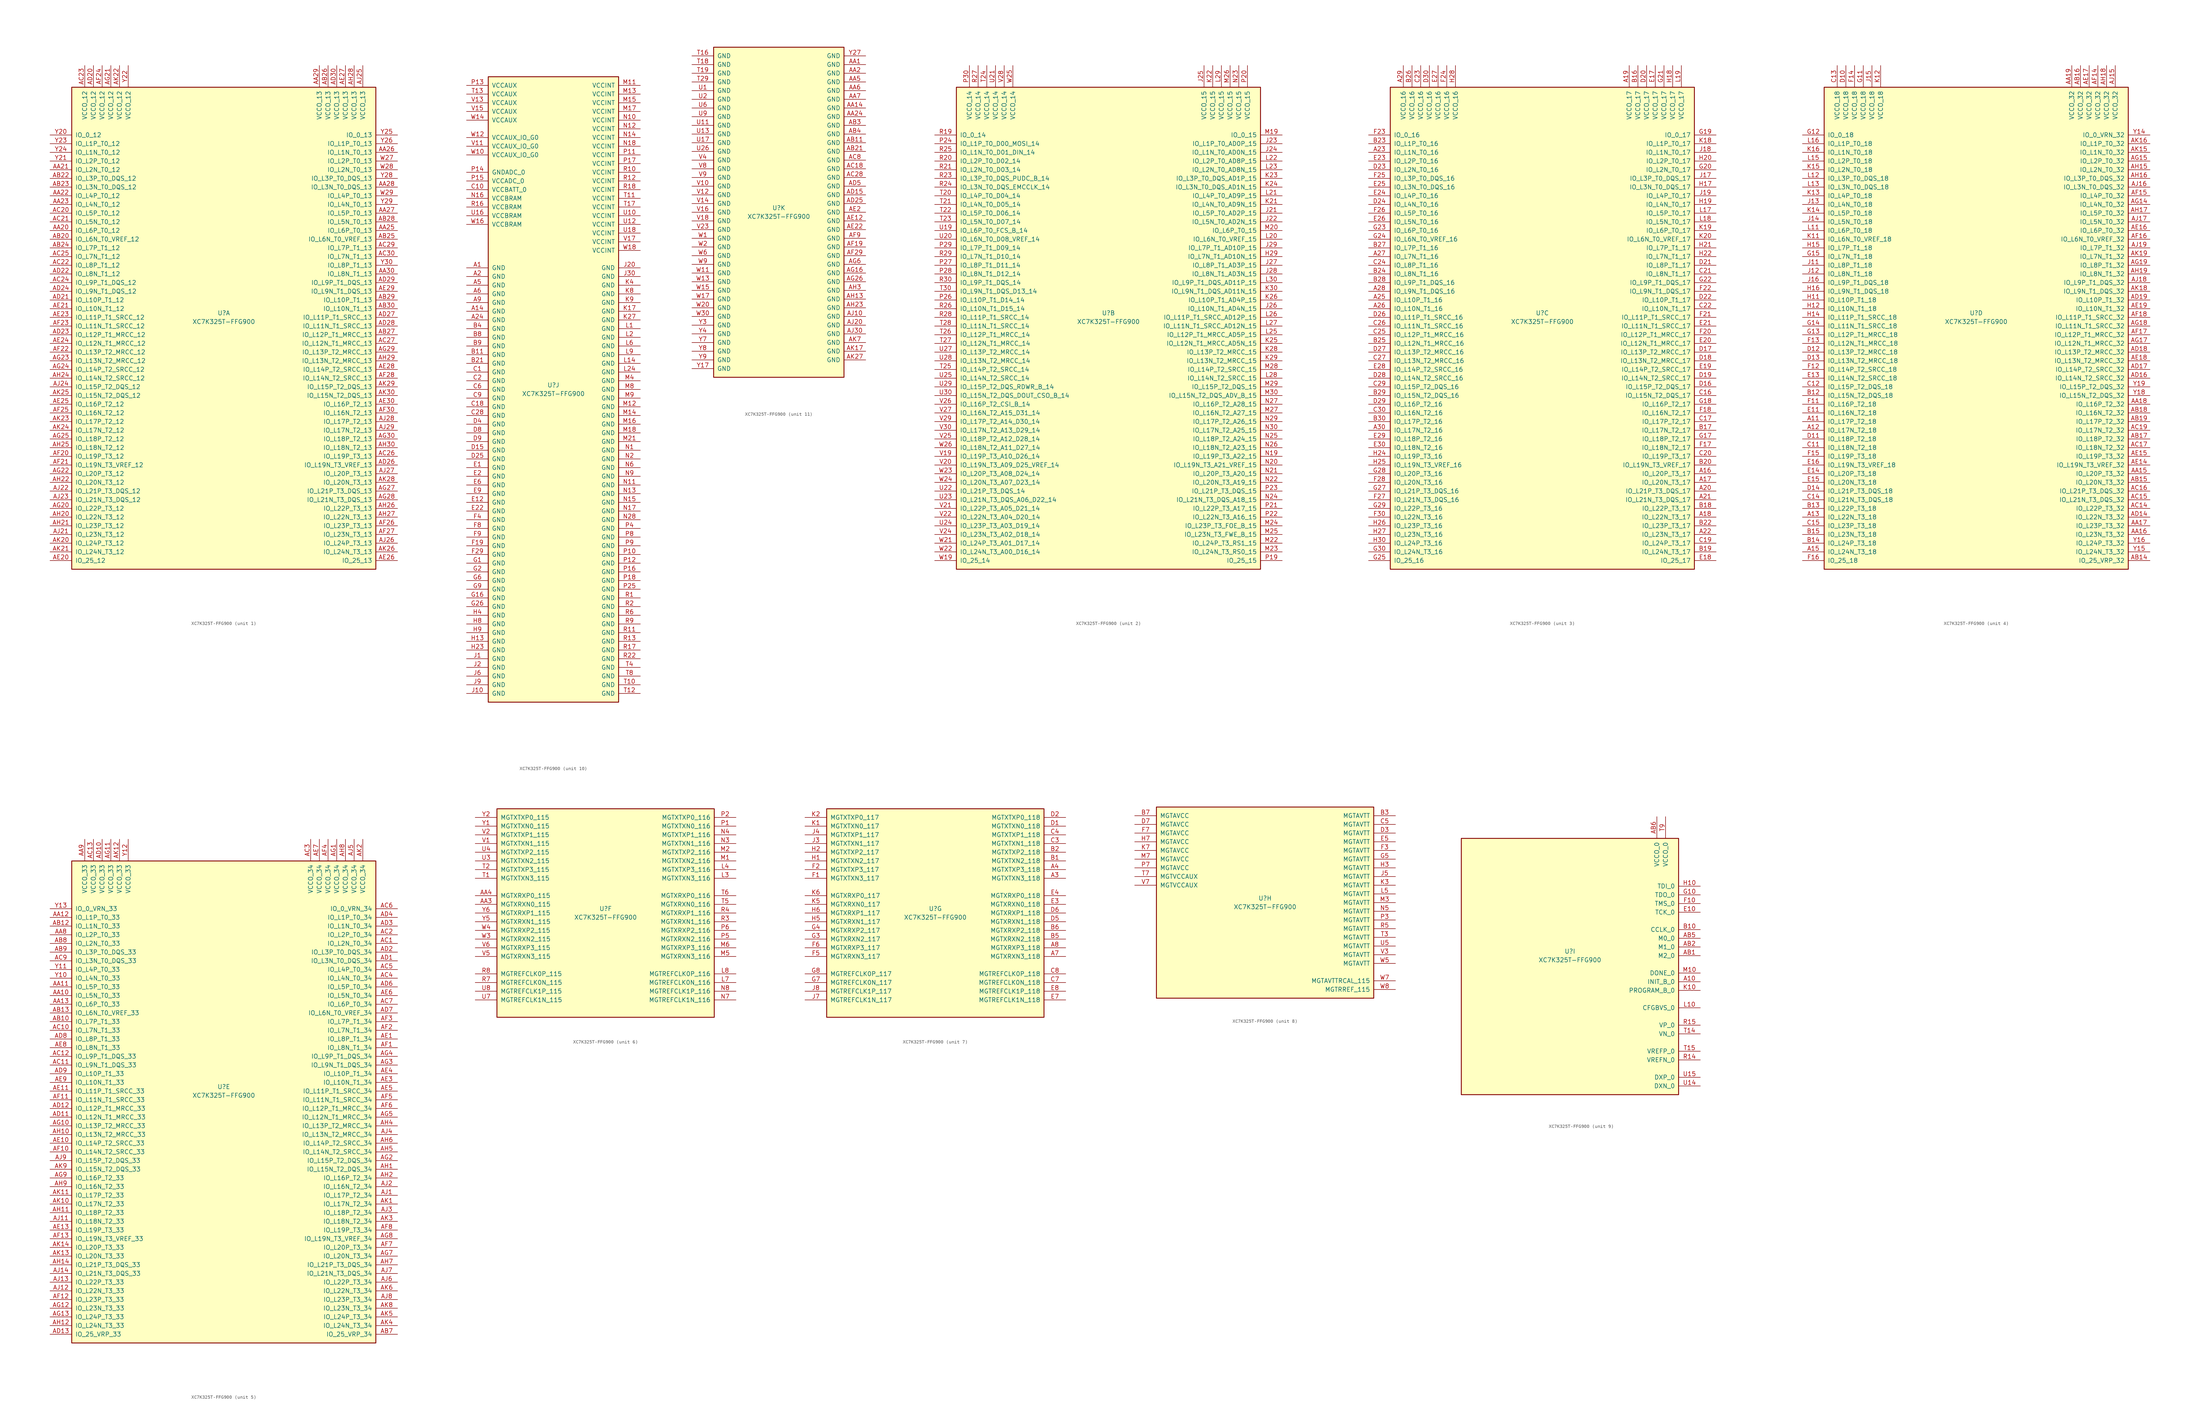
<source format=kicad_sym>
(kicad_symbol_lib
  (version 20201005)
  (generator kicad_symbol_editor)
  (symbol "XC7K325T-FFG900"
    (pin_names
      (offset 1.016))
    (property "Reference" "U"
      (at 0 1.27 0)
      (effects (font (size 1.27 1.27))))
    (property "Value" "XC7K325T-FFG900"
      (at 0 -1.27 0)
      (effects (font (size 1.27 1.27))))
    (property "Datasheet" ""
      (at 0 0 0)
      (effects (font (size 1.27 1.27))))
    (property "ki_locked" ""
      (at 0 0 0)
      (effects (font (size 1.27 1.27))))
    (symbol "XC7K325T-FFG900_1_1"
      (rectangle (start -44.45 67.31) (end 44.45 -73.66) (stroke (width 0.254)) (fill (type background)))
      (pin bidirectional line (at -50.8 25.4 0) (length 6.35) (name "IO_L6P_T0_12" (effects (font (size 1.27 1.27)))) (number "AA20" (effects (font (size 1.27 1.27)))))
      (pin bidirectional line (at -50.8 43.18 0) (length 6.35) (name "IO_L2N_T0_12" (effects (font (size 1.27 1.27)))) (number "AA21" (effects (font (size 1.27 1.27)))))
      (pin bidirectional line (at -50.8 35.56 0) (length 6.35) (name "IO_L4P_T0_12" (effects (font (size 1.27 1.27)))) (number "AA22" (effects (font (size 1.27 1.27)))))
      (pin bidirectional line (at -50.8 33.02 0) (length 6.35) (name "IO_L4N_T0_12" (effects (font (size 1.27 1.27)))) (number "AA23" (effects (font (size 1.27 1.27)))))
      (pin bidirectional line (at 50.8 25.4 180) (length 6.35) (name "IO_L6P_T0_13" (effects (font (size 1.27 1.27)))) (number "AA25" (effects (font (size 1.27 1.27)))))
      (pin bidirectional line (at 50.8 48.26 180) (length 6.35) (name "IO_L1N_T0_13" (effects (font (size 1.27 1.27)))) (number "AA26" (effects (font (size 1.27 1.27)))))
      (pin bidirectional line (at 50.8 30.48 180) (length 6.35) (name "IO_L5P_T0_13" (effects (font (size 1.27 1.27)))) (number "AA27" (effects (font (size 1.27 1.27)))))
      (pin bidirectional line (at 50.8 38.1 180) (length 6.35) (name "IO_L3N_T0_DQS_13" (effects (font (size 1.27 1.27)))) (number "AA28" (effects (font (size 1.27 1.27)))))
      (pin power_in line (at 27.94 73.66 270) (length 6.35) (name "VCCO_13" (effects (font (size 1.27 1.27)))) (number "AA29" (effects (font (size 1.27 1.27)))))
      (pin bidirectional line (at 50.8 12.7 180) (length 6.35) (name "IO_L8N_T1_13" (effects (font (size 1.27 1.27)))) (number "AA30" (effects (font (size 1.27 1.27)))))
      (pin bidirectional line (at -50.8 22.86 0) (length 6.35) (name "IO_L6N_T0_VREF_12" (effects (font (size 1.27 1.27)))) (number "AB20" (effects (font (size 1.27 1.27)))))
      (pin bidirectional line (at -50.8 40.64 0) (length 6.35) (name "IO_L3P_T0_DQS_12" (effects (font (size 1.27 1.27)))) (number "AB22" (effects (font (size 1.27 1.27)))))
      (pin bidirectional line (at -50.8 38.1 0) (length 6.35) (name "IO_L3N_T0_DQS_12" (effects (font (size 1.27 1.27)))) (number "AB23" (effects (font (size 1.27 1.27)))))
      (pin bidirectional line (at -50.8 20.32 0) (length 6.35) (name "IO_L7P_T1_12" (effects (font (size 1.27 1.27)))) (number "AB24" (effects (font (size 1.27 1.27)))))
      (pin bidirectional line (at 50.8 22.86 180) (length 6.35) (name "IO_L6N_T0_VREF_13" (effects (font (size 1.27 1.27)))) (number "AB25" (effects (font (size 1.27 1.27)))))
      (pin power_in line (at 30.48 73.66 270) (length 6.35) (name "VCCO_13" (effects (font (size 1.27 1.27)))) (number "AB26" (effects (font (size 1.27 1.27)))))
      (pin bidirectional line (at 50.8 -5.08 180) (length 6.35) (name "IO_L12P_T1_MRCC_13" (effects (font (size 1.27 1.27)))) (number "AB27" (effects (font (size 1.27 1.27)))))
      (pin bidirectional line (at 50.8 27.94 180) (length 6.35) (name "IO_L5N_T0_13" (effects (font (size 1.27 1.27)))) (number "AB28" (effects (font (size 1.27 1.27)))))
      (pin bidirectional line (at 50.8 5.08 180) (length 6.35) (name "IO_L10P_T1_13" (effects (font (size 1.27 1.27)))) (number "AB29" (effects (font (size 1.27 1.27)))))
      (pin bidirectional line (at 50.8 2.54 180) (length 6.35) (name "IO_L10N_T1_13" (effects (font (size 1.27 1.27)))) (number "AB30" (effects (font (size 1.27 1.27)))))
      (pin bidirectional line (at -50.8 30.48 0) (length 6.35) (name "IO_L5P_T0_12" (effects (font (size 1.27 1.27)))) (number "AC20" (effects (font (size 1.27 1.27)))))
      (pin bidirectional line (at -50.8 27.94 0) (length 6.35) (name "IO_L5N_T0_12" (effects (font (size 1.27 1.27)))) (number "AC21" (effects (font (size 1.27 1.27)))))
      (pin bidirectional line (at -50.8 15.24 0) (length 6.35) (name "IO_L8P_T1_12" (effects (font (size 1.27 1.27)))) (number "AC22" (effects (font (size 1.27 1.27)))))
      (pin power_in line (at -40.64 73.66 270) (length 6.35) (name "VCCO_12" (effects (font (size 1.27 1.27)))) (number "AC23" (effects (font (size 1.27 1.27)))))
      (pin bidirectional line (at -50.8 10.16 0) (length 6.35) (name "IO_L9P_T1_DQS_12" (effects (font (size 1.27 1.27)))) (number "AC24" (effects (font (size 1.27 1.27)))))
      (pin bidirectional line (at -50.8 17.78 0) (length 6.35) (name "IO_L7N_T1_12" (effects (font (size 1.27 1.27)))) (number "AC25" (effects (font (size 1.27 1.27)))))
      (pin bidirectional line (at 50.8 -40.64 180) (length 6.35) (name "IO_L19P_T3_13" (effects (font (size 1.27 1.27)))) (number "AC26" (effects (font (size 1.27 1.27)))))
      (pin bidirectional line (at 50.8 -7.62 180) (length 6.35) (name "IO_L12N_T1_MRCC_13" (effects (font (size 1.27 1.27)))) (number "AC27" (effects (font (size 1.27 1.27)))))
      (pin bidirectional line (at 50.8 20.32 180) (length 6.35) (name "IO_L7P_T1_13" (effects (font (size 1.27 1.27)))) (number "AC29" (effects (font (size 1.27 1.27)))))
      (pin bidirectional line (at 50.8 17.78 180) (length 6.35) (name "IO_L7N_T1_13" (effects (font (size 1.27 1.27)))) (number "AC30" (effects (font (size 1.27 1.27)))))
      (pin power_in line (at -38.1 73.66 270) (length 6.35) (name "VCCO_12" (effects (font (size 1.27 1.27)))) (number "AD20" (effects (font (size 1.27 1.27)))))
      (pin bidirectional line (at -50.8 5.08 0) (length 6.35) (name "IO_L10P_T1_12" (effects (font (size 1.27 1.27)))) (number "AD21" (effects (font (size 1.27 1.27)))))
      (pin bidirectional line (at -50.8 12.7 0) (length 6.35) (name "IO_L8N_T1_12" (effects (font (size 1.27 1.27)))) (number "AD22" (effects (font (size 1.27 1.27)))))
      (pin bidirectional line (at -50.8 -5.08 0) (length 6.35) (name "IO_L12P_T1_MRCC_12" (effects (font (size 1.27 1.27)))) (number "AD23" (effects (font (size 1.27 1.27)))))
      (pin bidirectional line (at -50.8 7.62 0) (length 6.35) (name "IO_L9N_T1_DQS_12" (effects (font (size 1.27 1.27)))) (number "AD24" (effects (font (size 1.27 1.27)))))
      (pin bidirectional line (at 50.8 -43.18 180) (length 6.35) (name "IO_L19N_T3_VREF_13" (effects (font (size 1.27 1.27)))) (number "AD26" (effects (font (size 1.27 1.27)))))
      (pin bidirectional line (at 50.8 0 180) (length 6.35) (name "IO_L11P_T1_SRCC_13" (effects (font (size 1.27 1.27)))) (number "AD27" (effects (font (size 1.27 1.27)))))
      (pin bidirectional line (at 50.8 -2.54 180) (length 6.35) (name "IO_L11N_T1_SRCC_13" (effects (font (size 1.27 1.27)))) (number "AD28" (effects (font (size 1.27 1.27)))))
      (pin bidirectional line (at 50.8 10.16 180) (length 6.35) (name "IO_L9P_T1_DQS_13" (effects (font (size 1.27 1.27)))) (number "AD29" (effects (font (size 1.27 1.27)))))
      (pin power_in line (at 33.02 73.66 270) (length 6.35) (name "VCCO_13" (effects (font (size 1.27 1.27)))) (number "AD30" (effects (font (size 1.27 1.27)))))
      (pin bidirectional line (at -50.8 -71.12 0) (length 6.35) (name "IO_25_12" (effects (font (size 1.27 1.27)))) (number "AE20" (effects (font (size 1.27 1.27)))))
      (pin bidirectional line (at -50.8 2.54 0) (length 6.35) (name "IO_L10N_T1_12" (effects (font (size 1.27 1.27)))) (number "AE21" (effects (font (size 1.27 1.27)))))
      (pin bidirectional line (at -50.8 0 0) (length 6.35) (name "IO_L11P_T1_SRCC_12" (effects (font (size 1.27 1.27)))) (number "AE23" (effects (font (size 1.27 1.27)))))
      (pin bidirectional line (at -50.8 -7.62 0) (length 6.35) (name "IO_L12N_T1_MRCC_12" (effects (font (size 1.27 1.27)))) (number "AE24" (effects (font (size 1.27 1.27)))))
      (pin bidirectional line (at -50.8 -25.4 0) (length 6.35) (name "IO_L16P_T2_12" (effects (font (size 1.27 1.27)))) (number "AE25" (effects (font (size 1.27 1.27)))))
      (pin bidirectional line (at 50.8 -71.12 180) (length 6.35) (name "IO_25_13" (effects (font (size 1.27 1.27)))) (number "AE26" (effects (font (size 1.27 1.27)))))
      (pin power_in line (at 35.56 73.66 270) (length 6.35) (name "VCCO_13" (effects (font (size 1.27 1.27)))) (number "AE27" (effects (font (size 1.27 1.27)))))
      (pin bidirectional line (at 50.8 -15.24 180) (length 6.35) (name "IO_L14P_T2_SRCC_13" (effects (font (size 1.27 1.27)))) (number "AE28" (effects (font (size 1.27 1.27)))))
      (pin bidirectional line (at 50.8 7.62 180) (length 6.35) (name "IO_L9N_T1_DQS_13" (effects (font (size 1.27 1.27)))) (number "AE29" (effects (font (size 1.27 1.27)))))
      (pin bidirectional line (at 50.8 -25.4 180) (length 6.35) (name "IO_L16P_T2_13" (effects (font (size 1.27 1.27)))) (number "AE30" (effects (font (size 1.27 1.27)))))
      (pin bidirectional line (at -50.8 -40.64 0) (length 6.35) (name "IO_L19P_T3_12" (effects (font (size 1.27 1.27)))) (number "AF20" (effects (font (size 1.27 1.27)))))
      (pin bidirectional line (at -50.8 -43.18 0) (length 6.35) (name "IO_L19N_T3_VREF_12" (effects (font (size 1.27 1.27)))) (number "AF21" (effects (font (size 1.27 1.27)))))
      (pin bidirectional line (at -50.8 -10.16 0) (length 6.35) (name "IO_L13P_T2_MRCC_12" (effects (font (size 1.27 1.27)))) (number "AF22" (effects (font (size 1.27 1.27)))))
      (pin bidirectional line (at -50.8 -2.54 0) (length 6.35) (name "IO_L11N_T1_SRCC_12" (effects (font (size 1.27 1.27)))) (number "AF23" (effects (font (size 1.27 1.27)))))
      (pin power_in line (at -35.56 73.66 270) (length 6.35) (name "VCCO_12" (effects (font (size 1.27 1.27)))) (number "AF24" (effects (font (size 1.27 1.27)))))
      (pin bidirectional line (at -50.8 -27.94 0) (length 6.35) (name "IO_L16N_T2_12" (effects (font (size 1.27 1.27)))) (number "AF25" (effects (font (size 1.27 1.27)))))
      (pin bidirectional line (at 50.8 -60.96 180) (length 6.35) (name "IO_L23P_T3_13" (effects (font (size 1.27 1.27)))) (number "AF26" (effects (font (size 1.27 1.27)))))
      (pin bidirectional line (at 50.8 -63.5 180) (length 6.35) (name "IO_L23N_T3_13" (effects (font (size 1.27 1.27)))) (number "AF27" (effects (font (size 1.27 1.27)))))
      (pin bidirectional line (at 50.8 -17.78 180) (length 6.35) (name "IO_L14N_T2_SRCC_13" (effects (font (size 1.27 1.27)))) (number "AF28" (effects (font (size 1.27 1.27)))))
      (pin bidirectional line (at 50.8 -27.94 180) (length 6.35) (name "IO_L16N_T2_13" (effects (font (size 1.27 1.27)))) (number "AF30" (effects (font (size 1.27 1.27)))))
      (pin bidirectional line (at -50.8 -55.88 0) (length 6.35) (name "IO_L22P_T3_12" (effects (font (size 1.27 1.27)))) (number "AG20" (effects (font (size 1.27 1.27)))))
      (pin power_in line (at -33.02 73.66 270) (length 6.35) (name "VCCO_12" (effects (font (size 1.27 1.27)))) (number "AG21" (effects (font (size 1.27 1.27)))))
      (pin bidirectional line (at -50.8 -45.72 0) (length 6.35) (name "IO_L20P_T3_12" (effects (font (size 1.27 1.27)))) (number "AG22" (effects (font (size 1.27 1.27)))))
      (pin bidirectional line (at -50.8 -12.7 0) (length 6.35) (name "IO_L13N_T2_MRCC_12" (effects (font (size 1.27 1.27)))) (number "AG23" (effects (font (size 1.27 1.27)))))
      (pin bidirectional line (at -50.8 -15.24 0) (length 6.35) (name "IO_L14P_T2_SRCC_12" (effects (font (size 1.27 1.27)))) (number "AG24" (effects (font (size 1.27 1.27)))))
      (pin bidirectional line (at -50.8 -35.56 0) (length 6.35) (name "IO_L18P_T2_12" (effects (font (size 1.27 1.27)))) (number "AG25" (effects (font (size 1.27 1.27)))))
      (pin bidirectional line (at 50.8 -50.8 180) (length 6.35) (name "IO_L21P_T3_DQS_13" (effects (font (size 1.27 1.27)))) (number "AG27" (effects (font (size 1.27 1.27)))))
      (pin bidirectional line (at 50.8 -53.34 180) (length 6.35) (name "IO_L21N_T3_DQS_13" (effects (font (size 1.27 1.27)))) (number "AG28" (effects (font (size 1.27 1.27)))))
      (pin bidirectional line (at 50.8 -10.16 180) (length 6.35) (name "IO_L13P_T2_MRCC_13" (effects (font (size 1.27 1.27)))) (number "AG29" (effects (font (size 1.27 1.27)))))
      (pin bidirectional line (at 50.8 -35.56 180) (length 6.35) (name "IO_L18P_T2_13" (effects (font (size 1.27 1.27)))) (number "AG30" (effects (font (size 1.27 1.27)))))
      (pin bidirectional line (at -50.8 -58.42 0) (length 6.35) (name "IO_L22N_T3_12" (effects (font (size 1.27 1.27)))) (number "AH20" (effects (font (size 1.27 1.27)))))
      (pin bidirectional line (at -50.8 -60.96 0) (length 6.35) (name "IO_L23P_T3_12" (effects (font (size 1.27 1.27)))) (number "AH21" (effects (font (size 1.27 1.27)))))
      (pin bidirectional line (at -50.8 -48.26 0) (length 6.35) (name "IO_L20N_T3_12" (effects (font (size 1.27 1.27)))) (number "AH22" (effects (font (size 1.27 1.27)))))
      (pin bidirectional line (at -50.8 -17.78 0) (length 6.35) (name "IO_L14N_T2_SRCC_12" (effects (font (size 1.27 1.27)))) (number "AH24" (effects (font (size 1.27 1.27)))))
      (pin bidirectional line (at -50.8 -38.1 0) (length 6.35) (name "IO_L18N_T2_12" (effects (font (size 1.27 1.27)))) (number "AH25" (effects (font (size 1.27 1.27)))))
      (pin bidirectional line (at 50.8 -55.88 180) (length 6.35) (name "IO_L22P_T3_13" (effects (font (size 1.27 1.27)))) (number "AH26" (effects (font (size 1.27 1.27)))))
      (pin bidirectional line (at 50.8 -58.42 180) (length 6.35) (name "IO_L22N_T3_13" (effects (font (size 1.27 1.27)))) (number "AH27" (effects (font (size 1.27 1.27)))))
      (pin power_in line (at 38.1 73.66 270) (length 6.35) (name "VCCO_13" (effects (font (size 1.27 1.27)))) (number "AH28" (effects (font (size 1.27 1.27)))))
      (pin bidirectional line (at 50.8 -12.7 180) (length 6.35) (name "IO_L13N_T2_MRCC_13" (effects (font (size 1.27 1.27)))) (number "AH29" (effects (font (size 1.27 1.27)))))
      (pin bidirectional line (at 50.8 -38.1 180) (length 6.35) (name "IO_L18N_T2_13" (effects (font (size 1.27 1.27)))) (number "AH30" (effects (font (size 1.27 1.27)))))
      (pin bidirectional line (at -50.8 -63.5 0) (length 6.35) (name "IO_L23N_T3_12" (effects (font (size 1.27 1.27)))) (number "AJ21" (effects (font (size 1.27 1.27)))))
      (pin bidirectional line (at -50.8 -50.8 0) (length 6.35) (name "IO_L21P_T3_DQS_12" (effects (font (size 1.27 1.27)))) (number "AJ22" (effects (font (size 1.27 1.27)))))
      (pin bidirectional line (at -50.8 -53.34 0) (length 6.35) (name "IO_L21N_T3_DQS_12" (effects (font (size 1.27 1.27)))) (number "AJ23" (effects (font (size 1.27 1.27)))))
      (pin bidirectional line (at -50.8 -20.32 0) (length 6.35) (name "IO_L15P_T2_DQS_12" (effects (font (size 1.27 1.27)))) (number "AJ24" (effects (font (size 1.27 1.27)))))
      (pin power_in line (at 40.64 73.66 270) (length 6.35) (name "VCCO_13" (effects (font (size 1.27 1.27)))) (number "AJ25" (effects (font (size 1.27 1.27)))))
      (pin bidirectional line (at 50.8 -66.04 180) (length 6.35) (name "IO_L24P_T3_13" (effects (font (size 1.27 1.27)))) (number "AJ26" (effects (font (size 1.27 1.27)))))
      (pin bidirectional line (at 50.8 -45.72 180) (length 6.35) (name "IO_L20P_T3_13" (effects (font (size 1.27 1.27)))) (number "AJ27" (effects (font (size 1.27 1.27)))))
      (pin bidirectional line (at 50.8 -30.48 180) (length 6.35) (name "IO_L17P_T2_13" (effects (font (size 1.27 1.27)))) (number "AJ28" (effects (font (size 1.27 1.27)))))
      (pin bidirectional line (at 50.8 -33.02 180) (length 6.35) (name "IO_L17N_T2_13" (effects (font (size 1.27 1.27)))) (number "AJ29" (effects (font (size 1.27 1.27)))))
      (pin bidirectional line (at -50.8 -66.04 0) (length 6.35) (name "IO_L24P_T3_12" (effects (font (size 1.27 1.27)))) (number "AK20" (effects (font (size 1.27 1.27)))))
      (pin bidirectional line (at -50.8 -68.58 0) (length 6.35) (name "IO_L24N_T3_12" (effects (font (size 1.27 1.27)))) (number "AK21" (effects (font (size 1.27 1.27)))))
      (pin power_in line (at -30.48 73.66 270) (length 6.35) (name "VCCO_12" (effects (font (size 1.27 1.27)))) (number "AK22" (effects (font (size 1.27 1.27)))))
      (pin bidirectional line (at -50.8 -30.48 0) (length 6.35) (name "IO_L17P_T2_12" (effects (font (size 1.27 1.27)))) (number "AK23" (effects (font (size 1.27 1.27)))))
      (pin bidirectional line (at -50.8 -33.02 0) (length 6.35) (name "IO_L17N_T2_12" (effects (font (size 1.27 1.27)))) (number "AK24" (effects (font (size 1.27 1.27)))))
      (pin bidirectional line (at -50.8 -22.86 0) (length 6.35) (name "IO_L15N_T2_DQS_12" (effects (font (size 1.27 1.27)))) (number "AK25" (effects (font (size 1.27 1.27)))))
      (pin bidirectional line (at 50.8 -68.58 180) (length 6.35) (name "IO_L24N_T3_13" (effects (font (size 1.27 1.27)))) (number "AK26" (effects (font (size 1.27 1.27)))))
      (pin bidirectional line (at 50.8 -48.26 180) (length 6.35) (name "IO_L20N_T3_13" (effects (font (size 1.27 1.27)))) (number "AK28" (effects (font (size 1.27 1.27)))))
      (pin bidirectional line (at 50.8 -20.32 180) (length 6.35) (name "IO_L15P_T2_DQS_13" (effects (font (size 1.27 1.27)))) (number "AK29" (effects (font (size 1.27 1.27)))))
      (pin bidirectional line (at 50.8 -22.86 180) (length 6.35) (name "IO_L15N_T2_DQS_13" (effects (font (size 1.27 1.27)))) (number "AK30" (effects (font (size 1.27 1.27)))))
      (pin bidirectional line (at 50.8 45.72 180) (length 6.35) (name "IO_L2P_T0_13" (effects (font (size 1.27 1.27)))) (number "W27" (effects (font (size 1.27 1.27)))))
      (pin bidirectional line (at 50.8 43.18 180) (length 6.35) (name "IO_L2N_T0_13" (effects (font (size 1.27 1.27)))) (number "W28" (effects (font (size 1.27 1.27)))))
      (pin bidirectional line (at 50.8 35.56 180) (length 6.35) (name "IO_L4P_T0_13" (effects (font (size 1.27 1.27)))) (number "W29" (effects (font (size 1.27 1.27)))))
      (pin bidirectional line (at -50.8 53.34 0) (length 6.35) (name "IO_0_12" (effects (font (size 1.27 1.27)))) (number "Y20" (effects (font (size 1.27 1.27)))))
      (pin bidirectional line (at -50.8 45.72 0) (length 6.35) (name "IO_L2P_T0_12" (effects (font (size 1.27 1.27)))) (number "Y21" (effects (font (size 1.27 1.27)))))
      (pin power_in line (at -27.94 73.66 270) (length 6.35) (name "VCCO_12" (effects (font (size 1.27 1.27)))) (number "Y22" (effects (font (size 1.27 1.27)))))
      (pin bidirectional line (at -50.8 50.8 0) (length 6.35) (name "IO_L1P_T0_12" (effects (font (size 1.27 1.27)))) (number "Y23" (effects (font (size 1.27 1.27)))))
      (pin bidirectional line (at -50.8 48.26 0) (length 6.35) (name "IO_L1N_T0_12" (effects (font (size 1.27 1.27)))) (number "Y24" (effects (font (size 1.27 1.27)))))
      (pin bidirectional line (at 50.8 53.34 180) (length 6.35) (name "IO_0_13" (effects (font (size 1.27 1.27)))) (number "Y25" (effects (font (size 1.27 1.27)))))
      (pin bidirectional line (at 50.8 50.8 180) (length 6.35) (name "IO_L1P_T0_13" (effects (font (size 1.27 1.27)))) (number "Y26" (effects (font (size 1.27 1.27)))))
      (pin bidirectional line (at 50.8 40.64 180) (length 6.35) (name "IO_L3P_T0_DQS_13" (effects (font (size 1.27 1.27)))) (number "Y28" (effects (font (size 1.27 1.27)))))
      (pin bidirectional line (at 50.8 33.02 180) (length 6.35) (name "IO_L4N_T0_13" (effects (font (size 1.27 1.27)))) (number "Y29" (effects (font (size 1.27 1.27)))))
      (pin bidirectional line (at 50.8 15.24 180) (length 6.35) (name "IO_L8P_T1_13" (effects (font (size 1.27 1.27)))) (number "Y30" (effects (font (size 1.27 1.27))))))
    (symbol "XC7K325T-FFG900_2_1"
      (rectangle (start -44.45 67.31) (end 44.45 -73.66) (stroke (width 0.254)) (fill (type background)))
      (pin bidirectional line (at 50.8 17.78 180) (length 6.35) (name "IO_L7N_T1_AD10N_15" (effects (font (size 1.27 1.27)))) (number "H29" (effects (font (size 1.27 1.27)))))
      (pin bidirectional line (at 50.8 30.48 180) (length 6.35) (name "IO_L5P_T0_AD2P_15" (effects (font (size 1.27 1.27)))) (number "J21" (effects (font (size 1.27 1.27)))))
      (pin bidirectional line (at 50.8 27.94 180) (length 6.35) (name "IO_L5N_T0_AD2N_15" (effects (font (size 1.27 1.27)))) (number "J22" (effects (font (size 1.27 1.27)))))
      (pin bidirectional line (at 50.8 50.8 180) (length 6.35) (name "IO_L1P_T0_AD0P_15" (effects (font (size 1.27 1.27)))) (number "J23" (effects (font (size 1.27 1.27)))))
      (pin bidirectional line (at 50.8 48.26 180) (length 6.35) (name "IO_L1N_T0_AD0N_15" (effects (font (size 1.27 1.27)))) (number "J24" (effects (font (size 1.27 1.27)))))
      (pin power_in line (at 27.94 73.66 270) (length 6.35) (name "VCCO_15" (effects (font (size 1.27 1.27)))) (number "J25" (effects (font (size 1.27 1.27)))))
      (pin bidirectional line (at 50.8 2.54 180) (length 6.35) (name "IO_L10N_T1_AD4N_15" (effects (font (size 1.27 1.27)))) (number "J26" (effects (font (size 1.27 1.27)))))
      (pin bidirectional line (at 50.8 15.24 180) (length 6.35) (name "IO_L8P_T1_AD3P_15" (effects (font (size 1.27 1.27)))) (number "J27" (effects (font (size 1.27 1.27)))))
      (pin bidirectional line (at 50.8 12.7 180) (length 6.35) (name "IO_L8N_T1_AD3N_15" (effects (font (size 1.27 1.27)))) (number "J28" (effects (font (size 1.27 1.27)))))
      (pin bidirectional line (at 50.8 20.32 180) (length 6.35) (name "IO_L7P_T1_AD10P_15" (effects (font (size 1.27 1.27)))) (number "J29" (effects (font (size 1.27 1.27)))))
      (pin bidirectional line (at 50.8 33.02 180) (length 6.35) (name "IO_L4N_T0_AD9N_15" (effects (font (size 1.27 1.27)))) (number "K21" (effects (font (size 1.27 1.27)))))
      (pin power_in line (at 30.48 73.66 270) (length 6.35) (name "VCCO_15" (effects (font (size 1.27 1.27)))) (number "K22" (effects (font (size 1.27 1.27)))))
      (pin bidirectional line (at 50.8 40.64 180) (length 6.35) (name "IO_L3P_T0_DQS_AD1P_15" (effects (font (size 1.27 1.27)))) (number "K23" (effects (font (size 1.27 1.27)))))
      (pin bidirectional line (at 50.8 38.1 180) (length 6.35) (name "IO_L3N_T0_DQS_AD1N_15" (effects (font (size 1.27 1.27)))) (number "K24" (effects (font (size 1.27 1.27)))))
      (pin bidirectional line (at 50.8 -7.62 180) (length 6.35) (name "IO_L12N_T1_MRCC_AD5N_15" (effects (font (size 1.27 1.27)))) (number "K25" (effects (font (size 1.27 1.27)))))
      (pin bidirectional line (at 50.8 5.08 180) (length 6.35) (name "IO_L10P_T1_AD4P_15" (effects (font (size 1.27 1.27)))) (number "K26" (effects (font (size 1.27 1.27)))))
      (pin bidirectional line (at 50.8 -10.16 180) (length 6.35) (name "IO_L13P_T2_MRCC_15" (effects (font (size 1.27 1.27)))) (number "K28" (effects (font (size 1.27 1.27)))))
      (pin bidirectional line (at 50.8 -12.7 180) (length 6.35) (name "IO_L13N_T2_MRCC_15" (effects (font (size 1.27 1.27)))) (number "K29" (effects (font (size 1.27 1.27)))))
      (pin bidirectional line (at 50.8 7.62 180) (length 6.35) (name "IO_L9N_T1_DQS_AD11N_15" (effects (font (size 1.27 1.27)))) (number "K30" (effects (font (size 1.27 1.27)))))
      (pin bidirectional line (at 50.8 22.86 180) (length 6.35) (name "IO_L6N_T0_VREF_15" (effects (font (size 1.27 1.27)))) (number "L20" (effects (font (size 1.27 1.27)))))
      (pin bidirectional line (at 50.8 35.56 180) (length 6.35) (name "IO_L4P_T0_AD9P_15" (effects (font (size 1.27 1.27)))) (number "L21" (effects (font (size 1.27 1.27)))))
      (pin bidirectional line (at 50.8 45.72 180) (length 6.35) (name "IO_L2P_T0_AD8P_15" (effects (font (size 1.27 1.27)))) (number "L22" (effects (font (size 1.27 1.27)))))
      (pin bidirectional line (at 50.8 43.18 180) (length 6.35) (name "IO_L2N_T0_AD8N_15" (effects (font (size 1.27 1.27)))) (number "L23" (effects (font (size 1.27 1.27)))))
      (pin bidirectional line (at 50.8 -5.08 180) (length 6.35) (name "IO_L12P_T1_MRCC_AD5P_15" (effects (font (size 1.27 1.27)))) (number "L25" (effects (font (size 1.27 1.27)))))
      (pin bidirectional line (at 50.8 0 180) (length 6.35) (name "IO_L11P_T1_SRCC_AD12P_15" (effects (font (size 1.27 1.27)))) (number "L26" (effects (font (size 1.27 1.27)))))
      (pin bidirectional line (at 50.8 -2.54 180) (length 6.35) (name "IO_L11N_T1_SRCC_AD12N_15" (effects (font (size 1.27 1.27)))) (number "L27" (effects (font (size 1.27 1.27)))))
      (pin bidirectional line (at 50.8 -17.78 180) (length 6.35) (name "IO_L14N_T2_SRCC_15" (effects (font (size 1.27 1.27)))) (number "L28" (effects (font (size 1.27 1.27)))))
      (pin power_in line (at 33.02 73.66 270) (length 6.35) (name "VCCO_15" (effects (font (size 1.27 1.27)))) (number "L29" (effects (font (size 1.27 1.27)))))
      (pin bidirectional line (at 50.8 10.16 180) (length 6.35) (name "IO_L9P_T1_DQS_AD11P_15" (effects (font (size 1.27 1.27)))) (number "L30" (effects (font (size 1.27 1.27)))))
      (pin bidirectional line (at 50.8 53.34 180) (length 6.35) (name "IO_0_15" (effects (font (size 1.27 1.27)))) (number "M19" (effects (font (size 1.27 1.27)))))
      (pin bidirectional line (at 50.8 25.4 180) (length 6.35) (name "IO_L6P_T0_15" (effects (font (size 1.27 1.27)))) (number "M20" (effects (font (size 1.27 1.27)))))
      (pin bidirectional line (at 50.8 -66.04 180) (length 6.35) (name "IO_L24P_T3_RS1_15" (effects (font (size 1.27 1.27)))) (number "M22" (effects (font (size 1.27 1.27)))))
      (pin bidirectional line (at 50.8 -68.58 180) (length 6.35) (name "IO_L24N_T3_RS0_15" (effects (font (size 1.27 1.27)))) (number "M23" (effects (font (size 1.27 1.27)))))
      (pin bidirectional line (at 50.8 -60.96 180) (length 6.35) (name "IO_L23P_T3_FOE_B_15" (effects (font (size 1.27 1.27)))) (number "M24" (effects (font (size 1.27 1.27)))))
      (pin bidirectional line (at 50.8 -63.5 180) (length 6.35) (name "IO_L23N_T3_FWE_B_15" (effects (font (size 1.27 1.27)))) (number "M25" (effects (font (size 1.27 1.27)))))
      (pin power_in line (at 35.56 73.66 270) (length 6.35) (name "VCCO_15" (effects (font (size 1.27 1.27)))) (number "M26" (effects (font (size 1.27 1.27)))))
      (pin bidirectional line (at 50.8 -27.94 180) (length 6.35) (name "IO_L16N_T2_A27_15" (effects (font (size 1.27 1.27)))) (number "M27" (effects (font (size 1.27 1.27)))))
      (pin bidirectional line (at 50.8 -15.24 180) (length 6.35) (name "IO_L14P_T2_SRCC_15" (effects (font (size 1.27 1.27)))) (number "M28" (effects (font (size 1.27 1.27)))))
      (pin bidirectional line (at 50.8 -20.32 180) (length 6.35) (name "IO_L15P_T2_DQS_15" (effects (font (size 1.27 1.27)))) (number "M29" (effects (font (size 1.27 1.27)))))
      (pin bidirectional line (at 50.8 -22.86 180) (length 6.35) (name "IO_L15N_T2_DQS_ADV_B_15" (effects (font (size 1.27 1.27)))) (number "M30" (effects (font (size 1.27 1.27)))))
      (pin bidirectional line (at 50.8 -40.64 180) (length 6.35) (name "IO_L19P_T3_A22_15" (effects (font (size 1.27 1.27)))) (number "N19" (effects (font (size 1.27 1.27)))))
      (pin bidirectional line (at 50.8 -43.18 180) (length 6.35) (name "IO_L19N_T3_A21_VREF_15" (effects (font (size 1.27 1.27)))) (number "N20" (effects (font (size 1.27 1.27)))))
      (pin bidirectional line (at 50.8 -45.72 180) (length 6.35) (name "IO_L20P_T3_A20_15" (effects (font (size 1.27 1.27)))) (number "N21" (effects (font (size 1.27 1.27)))))
      (pin bidirectional line (at 50.8 -48.26 180) (length 6.35) (name "IO_L20N_T3_A19_15" (effects (font (size 1.27 1.27)))) (number "N22" (effects (font (size 1.27 1.27)))))
      (pin power_in line (at 38.1 73.66 270) (length 6.35) (name "VCCO_15" (effects (font (size 1.27 1.27)))) (number "N23" (effects (font (size 1.27 1.27)))))
      (pin bidirectional line (at 50.8 -53.34 180) (length 6.35) (name "IO_L21N_T3_DQS_A18_15" (effects (font (size 1.27 1.27)))) (number "N24" (effects (font (size 1.27 1.27)))))
      (pin bidirectional line (at 50.8 -35.56 180) (length 6.35) (name "IO_L18P_T2_A24_15" (effects (font (size 1.27 1.27)))) (number "N25" (effects (font (size 1.27 1.27)))))
      (pin bidirectional line (at 50.8 -38.1 180) (length 6.35) (name "IO_L18N_T2_A23_15" (effects (font (size 1.27 1.27)))) (number "N26" (effects (font (size 1.27 1.27)))))
      (pin bidirectional line (at 50.8 -25.4 180) (length 6.35) (name "IO_L16P_T2_A28_15" (effects (font (size 1.27 1.27)))) (number "N27" (effects (font (size 1.27 1.27)))))
      (pin bidirectional line (at 50.8 -30.48 180) (length 6.35) (name "IO_L17P_T2_A26_15" (effects (font (size 1.27 1.27)))) (number "N29" (effects (font (size 1.27 1.27)))))
      (pin bidirectional line (at 50.8 -33.02 180) (length 6.35) (name "IO_L17N_T2_A25_15" (effects (font (size 1.27 1.27)))) (number "N30" (effects (font (size 1.27 1.27)))))
      (pin bidirectional line (at 50.8 -71.12 180) (length 6.35) (name "IO_25_15" (effects (font (size 1.27 1.27)))) (number "P19" (effects (font (size 1.27 1.27)))))
      (pin power_in line (at 40.64 73.66 270) (length 6.35) (name "VCCO_15" (effects (font (size 1.27 1.27)))) (number "P20" (effects (font (size 1.27 1.27)))))
      (pin bidirectional line (at 50.8 -55.88 180) (length 6.35) (name "IO_L22P_T3_A17_15" (effects (font (size 1.27 1.27)))) (number "P21" (effects (font (size 1.27 1.27)))))
      (pin bidirectional line (at 50.8 -58.42 180) (length 6.35) (name "IO_L22N_T3_A16_15" (effects (font (size 1.27 1.27)))) (number "P22" (effects (font (size 1.27 1.27)))))
      (pin bidirectional line (at 50.8 -50.8 180) (length 6.35) (name "IO_L21P_T3_DQS_15" (effects (font (size 1.27 1.27)))) (number "P23" (effects (font (size 1.27 1.27)))))
      (pin bidirectional line (at -50.8 50.8 0) (length 6.35) (name "IO_L1P_T0_D00_MOSI_14" (effects (font (size 1.27 1.27)))) (number "P24" (effects (font (size 1.27 1.27)))))
      (pin bidirectional line (at -50.8 5.08 0) (length 6.35) (name "IO_L10P_T1_D14_14" (effects (font (size 1.27 1.27)))) (number "P26" (effects (font (size 1.27 1.27)))))
      (pin bidirectional line (at -50.8 15.24 0) (length 6.35) (name "IO_L8P_T1_D11_14" (effects (font (size 1.27 1.27)))) (number "P27" (effects (font (size 1.27 1.27)))))
      (pin bidirectional line (at -50.8 12.7 0) (length 6.35) (name "IO_L8N_T1_D12_14" (effects (font (size 1.27 1.27)))) (number "P28" (effects (font (size 1.27 1.27)))))
      (pin bidirectional line (at -50.8 20.32 0) (length 6.35) (name "IO_L7P_T1_D09_14" (effects (font (size 1.27 1.27)))) (number "P29" (effects (font (size 1.27 1.27)))))
      (pin power_in line (at -40.64 73.66 270) (length 6.35) (name "VCCO_14" (effects (font (size 1.27 1.27)))) (number "P30" (effects (font (size 1.27 1.27)))))
      (pin bidirectional line (at -50.8 53.34 0) (length 6.35) (name "IO_0_14" (effects (font (size 1.27 1.27)))) (number "R19" (effects (font (size 1.27 1.27)))))
      (pin bidirectional line (at -50.8 45.72 0) (length 6.35) (name "IO_L2P_T0_D02_14" (effects (font (size 1.27 1.27)))) (number "R20" (effects (font (size 1.27 1.27)))))
      (pin bidirectional line (at -50.8 43.18 0) (length 6.35) (name "IO_L2N_T0_D03_14" (effects (font (size 1.27 1.27)))) (number "R21" (effects (font (size 1.27 1.27)))))
      (pin bidirectional line (at -50.8 40.64 0) (length 6.35) (name "IO_L3P_T0_DQS_PUDC_B_14" (effects (font (size 1.27 1.27)))) (number "R23" (effects (font (size 1.27 1.27)))))
      (pin bidirectional line (at -50.8 38.1 0) (length 6.35) (name "IO_L3N_T0_DQS_EMCCLK_14" (effects (font (size 1.27 1.27)))) (number "R24" (effects (font (size 1.27 1.27)))))
      (pin bidirectional line (at -50.8 48.26 0) (length 6.35) (name "IO_L1N_T0_D01_DIN_14" (effects (font (size 1.27 1.27)))) (number "R25" (effects (font (size 1.27 1.27)))))
      (pin bidirectional line (at -50.8 2.54 0) (length 6.35) (name "IO_L10N_T1_D15_14" (effects (font (size 1.27 1.27)))) (number "R26" (effects (font (size 1.27 1.27)))))
      (pin power_in line (at -38.1 73.66 270) (length 6.35) (name "VCCO_14" (effects (font (size 1.27 1.27)))) (number "R27" (effects (font (size 1.27 1.27)))))
      (pin bidirectional line (at -50.8 0 0) (length 6.35) (name "IO_L11P_T1_SRCC_14" (effects (font (size 1.27 1.27)))) (number "R28" (effects (font (size 1.27 1.27)))))
      (pin bidirectional line (at -50.8 17.78 0) (length 6.35) (name "IO_L7N_T1_D10_14" (effects (font (size 1.27 1.27)))) (number "R29" (effects (font (size 1.27 1.27)))))
      (pin bidirectional line (at -50.8 10.16 0) (length 6.35) (name "IO_L9P_T1_DQS_14" (effects (font (size 1.27 1.27)))) (number "R30" (effects (font (size 1.27 1.27)))))
      (pin bidirectional line (at -50.8 35.56 0) (length 6.35) (name "IO_L4P_T0_D04_14" (effects (font (size 1.27 1.27)))) (number "T20" (effects (font (size 1.27 1.27)))))
      (pin bidirectional line (at -50.8 33.02 0) (length 6.35) (name "IO_L4N_T0_D05_14" (effects (font (size 1.27 1.27)))) (number "T21" (effects (font (size 1.27 1.27)))))
      (pin bidirectional line (at -50.8 30.48 0) (length 6.35) (name "IO_L5P_T0_D06_14" (effects (font (size 1.27 1.27)))) (number "T22" (effects (font (size 1.27 1.27)))))
      (pin bidirectional line (at -50.8 27.94 0) (length 6.35) (name "IO_L5N_T0_D07_14" (effects (font (size 1.27 1.27)))) (number "T23" (effects (font (size 1.27 1.27)))))
      (pin power_in line (at -35.56 73.66 270) (length 6.35) (name "VCCO_14" (effects (font (size 1.27 1.27)))) (number "T24" (effects (font (size 1.27 1.27)))))
      (pin bidirectional line (at -50.8 -15.24 0) (length 6.35) (name "IO_L14P_T2_SRCC_14" (effects (font (size 1.27 1.27)))) (number "T25" (effects (font (size 1.27 1.27)))))
      (pin bidirectional line (at -50.8 -5.08 0) (length 6.35) (name "IO_L12P_T1_MRCC_14" (effects (font (size 1.27 1.27)))) (number "T26" (effects (font (size 1.27 1.27)))))
      (pin bidirectional line (at -50.8 -7.62 0) (length 6.35) (name "IO_L12N_T1_MRCC_14" (effects (font (size 1.27 1.27)))) (number "T27" (effects (font (size 1.27 1.27)))))
      (pin bidirectional line (at -50.8 -2.54 0) (length 6.35) (name "IO_L11N_T1_SRCC_14" (effects (font (size 1.27 1.27)))) (number "T28" (effects (font (size 1.27 1.27)))))
      (pin bidirectional line (at -50.8 7.62 0) (length 6.35) (name "IO_L9N_T1_DQS_D13_14" (effects (font (size 1.27 1.27)))) (number "T30" (effects (font (size 1.27 1.27)))))
      (pin bidirectional line (at -50.8 25.4 0) (length 6.35) (name "IO_L6P_T0_FCS_B_14" (effects (font (size 1.27 1.27)))) (number "U19" (effects (font (size 1.27 1.27)))))
      (pin bidirectional line (at -50.8 22.86 0) (length 6.35) (name "IO_L6N_T0_D08_VREF_14" (effects (font (size 1.27 1.27)))) (number "U20" (effects (font (size 1.27 1.27)))))
      (pin power_in line (at -33.02 73.66 270) (length 6.35) (name "VCCO_14" (effects (font (size 1.27 1.27)))) (number "U21" (effects (font (size 1.27 1.27)))))
      (pin bidirectional line (at -50.8 -50.8 0) (length 6.35) (name "IO_L21P_T3_DQS_14" (effects (font (size 1.27 1.27)))) (number "U22" (effects (font (size 1.27 1.27)))))
      (pin bidirectional line (at -50.8 -53.34 0) (length 6.35) (name "IO_L21N_T3_DQS_A06_D22_14" (effects (font (size 1.27 1.27)))) (number "U23" (effects (font (size 1.27 1.27)))))
      (pin bidirectional line (at -50.8 -60.96 0) (length 6.35) (name "IO_L23P_T3_A03_D19_14" (effects (font (size 1.27 1.27)))) (number "U24" (effects (font (size 1.27 1.27)))))
      (pin bidirectional line (at -50.8 -17.78 0) (length 6.35) (name "IO_L14N_T2_SRCC_14" (effects (font (size 1.27 1.27)))) (number "U25" (effects (font (size 1.27 1.27)))))
      (pin bidirectional line (at -50.8 -10.16 0) (length 6.35) (name "IO_L13P_T2_MRCC_14" (effects (font (size 1.27 1.27)))) (number "U27" (effects (font (size 1.27 1.27)))))
      (pin bidirectional line (at -50.8 -12.7 0) (length 6.35) (name "IO_L13N_T2_MRCC_14" (effects (font (size 1.27 1.27)))) (number "U28" (effects (font (size 1.27 1.27)))))
      (pin bidirectional line (at -50.8 -20.32 0) (length 6.35) (name "IO_L15P_T2_DQS_RDWR_B_14" (effects (font (size 1.27 1.27)))) (number "U29" (effects (font (size 1.27 1.27)))))
      (pin bidirectional line (at -50.8 -22.86 0) (length 6.35) (name "IO_L15N_T2_DQS_DOUT_CSO_B_14" (effects (font (size 1.27 1.27)))) (number "U30" (effects (font (size 1.27 1.27)))))
      (pin bidirectional line (at -50.8 -40.64 0) (length 6.35) (name "IO_L19P_T3_A10_D26_14" (effects (font (size 1.27 1.27)))) (number "V19" (effects (font (size 1.27 1.27)))))
      (pin bidirectional line (at -50.8 -43.18 0) (length 6.35) (name "IO_L19N_T3_A09_D25_VREF_14" (effects (font (size 1.27 1.27)))) (number "V20" (effects (font (size 1.27 1.27)))))
      (pin bidirectional line (at -50.8 -55.88 0) (length 6.35) (name "IO_L22P_T3_A05_D21_14" (effects (font (size 1.27 1.27)))) (number "V21" (effects (font (size 1.27 1.27)))))
      (pin bidirectional line (at -50.8 -58.42 0) (length 6.35) (name "IO_L22N_T3_A04_D20_14" (effects (font (size 1.27 1.27)))) (number "V22" (effects (font (size 1.27 1.27)))))
      (pin bidirectional line (at -50.8 -63.5 0) (length 6.35) (name "IO_L23N_T3_A02_D18_14" (effects (font (size 1.27 1.27)))) (number "V24" (effects (font (size 1.27 1.27)))))
      (pin bidirectional line (at -50.8 -35.56 0) (length 6.35) (name "IO_L18P_T2_A12_D28_14" (effects (font (size 1.27 1.27)))) (number "V25" (effects (font (size 1.27 1.27)))))
      (pin bidirectional line (at -50.8 -25.4 0) (length 6.35) (name "IO_L16P_T2_CSI_B_14" (effects (font (size 1.27 1.27)))) (number "V26" (effects (font (size 1.27 1.27)))))
      (pin bidirectional line (at -50.8 -27.94 0) (length 6.35) (name "IO_L16N_T2_A15_D31_14" (effects (font (size 1.27 1.27)))) (number "V27" (effects (font (size 1.27 1.27)))))
      (pin power_in line (at -30.48 73.66 270) (length 6.35) (name "VCCO_14" (effects (font (size 1.27 1.27)))) (number "V28" (effects (font (size 1.27 1.27)))))
      (pin bidirectional line (at -50.8 -30.48 0) (length 6.35) (name "IO_L17P_T2_A14_D30_14" (effects (font (size 1.27 1.27)))) (number "V29" (effects (font (size 1.27 1.27)))))
      (pin bidirectional line (at -50.8 -33.02 0) (length 6.35) (name "IO_L17N_T2_A13_D29_14" (effects (font (size 1.27 1.27)))) (number "V30" (effects (font (size 1.27 1.27)))))
      (pin bidirectional line (at -50.8 -71.12 0) (length 6.35) (name "IO_25_14" (effects (font (size 1.27 1.27)))) (number "W19" (effects (font (size 1.27 1.27)))))
      (pin bidirectional line (at -50.8 -66.04 0) (length 6.35) (name "IO_L24P_T3_A01_D17_14" (effects (font (size 1.27 1.27)))) (number "W21" (effects (font (size 1.27 1.27)))))
      (pin bidirectional line (at -50.8 -68.58 0) (length 6.35) (name "IO_L24N_T3_A00_D16_14" (effects (font (size 1.27 1.27)))) (number "W22" (effects (font (size 1.27 1.27)))))
      (pin bidirectional line (at -50.8 -45.72 0) (length 6.35) (name "IO_L20P_T3_A08_D24_14" (effects (font (size 1.27 1.27)))) (number "W23" (effects (font (size 1.27 1.27)))))
      (pin bidirectional line (at -50.8 -48.26 0) (length 6.35) (name "IO_L20N_T3_A07_D23_14" (effects (font (size 1.27 1.27)))) (number "W24" (effects (font (size 1.27 1.27)))))
      (pin power_in line (at -27.94 73.66 270) (length 6.35) (name "VCCO_14" (effects (font (size 1.27 1.27)))) (number "W25" (effects (font (size 1.27 1.27)))))
      (pin bidirectional line (at -50.8 -38.1 0) (length 6.35) (name "IO_L18N_T2_A11_D27_14" (effects (font (size 1.27 1.27)))) (number "W26" (effects (font (size 1.27 1.27))))))
    (symbol "XC7K325T-FFG900_3_1"
      (rectangle (start -44.45 67.31) (end 44.45 -73.66) (stroke (width 0.254)) (fill (type background)))
      (pin bidirectional line (at 50.8 -45.72 180) (length 6.35) (name "IO_L20P_T3_17" (effects (font (size 1.27 1.27)))) (number "A16" (effects (font (size 1.27 1.27)))))
      (pin bidirectional line (at 50.8 -48.26 180) (length 6.35) (name "IO_L20N_T3_17" (effects (font (size 1.27 1.27)))) (number "A17" (effects (font (size 1.27 1.27)))))
      (pin bidirectional line (at 50.8 -58.42 180) (length 6.35) (name "IO_L22N_T3_17" (effects (font (size 1.27 1.27)))) (number "A18" (effects (font (size 1.27 1.27)))))
      (pin power_in line (at 25.4 73.66 270) (length 6.35) (name "VCCO_17" (effects (font (size 1.27 1.27)))) (number "A19" (effects (font (size 1.27 1.27)))))
      (pin bidirectional line (at 50.8 -50.8 180) (length 6.35) (name "IO_L21P_T3_DQS_17" (effects (font (size 1.27 1.27)))) (number "A20" (effects (font (size 1.27 1.27)))))
      (pin bidirectional line (at 50.8 -53.34 180) (length 6.35) (name "IO_L21N_T3_DQS_17" (effects (font (size 1.27 1.27)))) (number "A21" (effects (font (size 1.27 1.27)))))
      (pin bidirectional line (at 50.8 -63.5 180) (length 6.35) (name "IO_L23N_T3_17" (effects (font (size 1.27 1.27)))) (number "A22" (effects (font (size 1.27 1.27)))))
      (pin bidirectional line (at -50.8 48.26 0) (length 6.35) (name "IO_L1N_T0_16" (effects (font (size 1.27 1.27)))) (number "A23" (effects (font (size 1.27 1.27)))))
      (pin bidirectional line (at -50.8 5.08 0) (length 6.35) (name "IO_L10P_T1_16" (effects (font (size 1.27 1.27)))) (number "A25" (effects (font (size 1.27 1.27)))))
      (pin bidirectional line (at -50.8 2.54 0) (length 6.35) (name "IO_L10N_T1_16" (effects (font (size 1.27 1.27)))) (number "A26" (effects (font (size 1.27 1.27)))))
      (pin bidirectional line (at -50.8 17.78 0) (length 6.35) (name "IO_L7N_T1_16" (effects (font (size 1.27 1.27)))) (number "A27" (effects (font (size 1.27 1.27)))))
      (pin bidirectional line (at -50.8 7.62 0) (length 6.35) (name "IO_L9N_T1_DQS_16" (effects (font (size 1.27 1.27)))) (number "A28" (effects (font (size 1.27 1.27)))))
      (pin power_in line (at -40.64 73.66 270) (length 6.35) (name "VCCO_16" (effects (font (size 1.27 1.27)))) (number "A29" (effects (font (size 1.27 1.27)))))
      (pin bidirectional line (at -50.8 -33.02 0) (length 6.35) (name "IO_L17N_T2_16" (effects (font (size 1.27 1.27)))) (number "A30" (effects (font (size 1.27 1.27)))))
      (pin power_in line (at 27.94 73.66 270) (length 6.35) (name "VCCO_17" (effects (font (size 1.27 1.27)))) (number "B16" (effects (font (size 1.27 1.27)))))
      (pin bidirectional line (at 50.8 -33.02 180) (length 6.35) (name "IO_L17N_T2_17" (effects (font (size 1.27 1.27)))) (number "B17" (effects (font (size 1.27 1.27)))))
      (pin bidirectional line (at 50.8 -55.88 180) (length 6.35) (name "IO_L22P_T3_17" (effects (font (size 1.27 1.27)))) (number "B18" (effects (font (size 1.27 1.27)))))
      (pin bidirectional line (at 50.8 -68.58 180) (length 6.35) (name "IO_L24N_T3_17" (effects (font (size 1.27 1.27)))) (number "B19" (effects (font (size 1.27 1.27)))))
      (pin bidirectional line (at 50.8 -43.18 180) (length 6.35) (name "IO_L19N_T3_VREF_17" (effects (font (size 1.27 1.27)))) (number "B20" (effects (font (size 1.27 1.27)))))
      (pin bidirectional line (at 50.8 -60.96 180) (length 6.35) (name "IO_L23P_T3_17" (effects (font (size 1.27 1.27)))) (number "B22" (effects (font (size 1.27 1.27)))))
      (pin bidirectional line (at -50.8 50.8 0) (length 6.35) (name "IO_L1P_T0_16" (effects (font (size 1.27 1.27)))) (number "B23" (effects (font (size 1.27 1.27)))))
      (pin bidirectional line (at -50.8 12.7 0) (length 6.35) (name "IO_L8N_T1_16" (effects (font (size 1.27 1.27)))) (number "B24" (effects (font (size 1.27 1.27)))))
      (pin bidirectional line (at -50.8 -7.62 0) (length 6.35) (name "IO_L12N_T1_MRCC_16" (effects (font (size 1.27 1.27)))) (number "B25" (effects (font (size 1.27 1.27)))))
      (pin power_in line (at -38.1 73.66 270) (length 6.35) (name "VCCO_16" (effects (font (size 1.27 1.27)))) (number "B26" (effects (font (size 1.27 1.27)))))
      (pin bidirectional line (at -50.8 20.32 0) (length 6.35) (name "IO_L7P_T1_16" (effects (font (size 1.27 1.27)))) (number "B27" (effects (font (size 1.27 1.27)))))
      (pin bidirectional line (at -50.8 10.16 0) (length 6.35) (name "IO_L9P_T1_DQS_16" (effects (font (size 1.27 1.27)))) (number "B28" (effects (font (size 1.27 1.27)))))
      (pin bidirectional line (at -50.8 -22.86 0) (length 6.35) (name "IO_L15N_T2_DQS_16" (effects (font (size 1.27 1.27)))) (number "B29" (effects (font (size 1.27 1.27)))))
      (pin bidirectional line (at -50.8 -30.48 0) (length 6.35) (name "IO_L17P_T2_16" (effects (font (size 1.27 1.27)))) (number "B30" (effects (font (size 1.27 1.27)))))
      (pin bidirectional line (at 50.8 -22.86 180) (length 6.35) (name "IO_L15N_T2_DQS_17" (effects (font (size 1.27 1.27)))) (number "C16" (effects (font (size 1.27 1.27)))))
      (pin bidirectional line (at 50.8 -30.48 180) (length 6.35) (name "IO_L17P_T2_17" (effects (font (size 1.27 1.27)))) (number "C17" (effects (font (size 1.27 1.27)))))
      (pin bidirectional line (at 50.8 -66.04 180) (length 6.35) (name "IO_L24P_T3_17" (effects (font (size 1.27 1.27)))) (number "C19" (effects (font (size 1.27 1.27)))))
      (pin bidirectional line (at 50.8 -40.64 180) (length 6.35) (name "IO_L19P_T3_17" (effects (font (size 1.27 1.27)))) (number "C20" (effects (font (size 1.27 1.27)))))
      (pin bidirectional line (at 50.8 12.7 180) (length 6.35) (name "IO_L8N_T1_17" (effects (font (size 1.27 1.27)))) (number "C21" (effects (font (size 1.27 1.27)))))
      (pin bidirectional line (at 50.8 2.54 180) (length 6.35) (name "IO_L10N_T1_17" (effects (font (size 1.27 1.27)))) (number "C22" (effects (font (size 1.27 1.27)))))
      (pin power_in line (at -35.56 73.66 270) (length 6.35) (name "VCCO_16" (effects (font (size 1.27 1.27)))) (number "C23" (effects (font (size 1.27 1.27)))))
      (pin bidirectional line (at -50.8 15.24 0) (length 6.35) (name "IO_L8P_T1_16" (effects (font (size 1.27 1.27)))) (number "C24" (effects (font (size 1.27 1.27)))))
      (pin bidirectional line (at -50.8 -5.08 0) (length 6.35) (name "IO_L12P_T1_MRCC_16" (effects (font (size 1.27 1.27)))) (number "C25" (effects (font (size 1.27 1.27)))))
      (pin bidirectional line (at -50.8 -2.54 0) (length 6.35) (name "IO_L11N_T1_SRCC_16" (effects (font (size 1.27 1.27)))) (number "C26" (effects (font (size 1.27 1.27)))))
      (pin bidirectional line (at -50.8 -12.7 0) (length 6.35) (name "IO_L13N_T2_MRCC_16" (effects (font (size 1.27 1.27)))) (number "C27" (effects (font (size 1.27 1.27)))))
      (pin bidirectional line (at -50.8 -20.32 0) (length 6.35) (name "IO_L15P_T2_DQS_16" (effects (font (size 1.27 1.27)))) (number "C29" (effects (font (size 1.27 1.27)))))
      (pin bidirectional line (at -50.8 -27.94 0) (length 6.35) (name "IO_L16N_T2_16" (effects (font (size 1.27 1.27)))) (number "C30" (effects (font (size 1.27 1.27)))))
      (pin bidirectional line (at 50.8 -20.32 180) (length 6.35) (name "IO_L15P_T2_DQS_17" (effects (font (size 1.27 1.27)))) (number "D16" (effects (font (size 1.27 1.27)))))
      (pin bidirectional line (at 50.8 -10.16 180) (length 6.35) (name "IO_L13P_T2_MRCC_17" (effects (font (size 1.27 1.27)))) (number "D17" (effects (font (size 1.27 1.27)))))
      (pin bidirectional line (at 50.8 -12.7 180) (length 6.35) (name "IO_L13N_T2_MRCC_17" (effects (font (size 1.27 1.27)))) (number "D18" (effects (font (size 1.27 1.27)))))
      (pin bidirectional line (at 50.8 -17.78 180) (length 6.35) (name "IO_L14N_T2_SRCC_17" (effects (font (size 1.27 1.27)))) (number "D19" (effects (font (size 1.27 1.27)))))
      (pin power_in line (at 30.48 73.66 270) (length 6.35) (name "VCCO_17" (effects (font (size 1.27 1.27)))) (number "D20" (effects (font (size 1.27 1.27)))))
      (pin bidirectional line (at 50.8 15.24 180) (length 6.35) (name "IO_L8P_T1_17" (effects (font (size 1.27 1.27)))) (number "D21" (effects (font (size 1.27 1.27)))))
      (pin bidirectional line (at 50.8 5.08 180) (length 6.35) (name "IO_L10P_T1_17" (effects (font (size 1.27 1.27)))) (number "D22" (effects (font (size 1.27 1.27)))))
      (pin bidirectional line (at -50.8 43.18 0) (length 6.35) (name "IO_L2N_T0_16" (effects (font (size 1.27 1.27)))) (number "D23" (effects (font (size 1.27 1.27)))))
      (pin bidirectional line (at -50.8 33.02 0) (length 6.35) (name "IO_L4N_T0_16" (effects (font (size 1.27 1.27)))) (number "D24" (effects (font (size 1.27 1.27)))))
      (pin bidirectional line (at -50.8 0 0) (length 6.35) (name "IO_L11P_T1_SRCC_16" (effects (font (size 1.27 1.27)))) (number "D26" (effects (font (size 1.27 1.27)))))
      (pin bidirectional line (at -50.8 -10.16 0) (length 6.35) (name "IO_L13P_T2_MRCC_16" (effects (font (size 1.27 1.27)))) (number "D27" (effects (font (size 1.27 1.27)))))
      (pin bidirectional line (at -50.8 -17.78 0) (length 6.35) (name "IO_L14N_T2_SRCC_16" (effects (font (size 1.27 1.27)))) (number "D28" (effects (font (size 1.27 1.27)))))
      (pin bidirectional line (at -50.8 -25.4 0) (length 6.35) (name "IO_L16P_T2_16" (effects (font (size 1.27 1.27)))) (number "D29" (effects (font (size 1.27 1.27)))))
      (pin power_in line (at -33.02 73.66 270) (length 6.35) (name "VCCO_16" (effects (font (size 1.27 1.27)))) (number "D30" (effects (font (size 1.27 1.27)))))
      (pin power_in line (at 33.02 73.66 270) (length 6.35) (name "VCCO_17" (effects (font (size 1.27 1.27)))) (number "E17" (effects (font (size 1.27 1.27)))))
      (pin bidirectional line (at 50.8 -71.12 180) (length 6.35) (name "IO_25_17" (effects (font (size 1.27 1.27)))) (number "E18" (effects (font (size 1.27 1.27)))))
      (pin bidirectional line (at 50.8 -15.24 180) (length 6.35) (name "IO_L14P_T2_SRCC_17" (effects (font (size 1.27 1.27)))) (number "E19" (effects (font (size 1.27 1.27)))))
      (pin bidirectional line (at 50.8 -7.62 180) (length 6.35) (name "IO_L12N_T1_MRCC_17" (effects (font (size 1.27 1.27)))) (number "E20" (effects (font (size 1.27 1.27)))))
      (pin bidirectional line (at 50.8 -2.54 180) (length 6.35) (name "IO_L11N_T1_SRCC_17" (effects (font (size 1.27 1.27)))) (number "E21" (effects (font (size 1.27 1.27)))))
      (pin bidirectional line (at -50.8 45.72 0) (length 6.35) (name "IO_L2P_T0_16" (effects (font (size 1.27 1.27)))) (number "E23" (effects (font (size 1.27 1.27)))))
      (pin bidirectional line (at -50.8 35.56 0) (length 6.35) (name "IO_L4P_T0_16" (effects (font (size 1.27 1.27)))) (number "E24" (effects (font (size 1.27 1.27)))))
      (pin bidirectional line (at -50.8 38.1 0) (length 6.35) (name "IO_L3N_T0_DQS_16" (effects (font (size 1.27 1.27)))) (number "E25" (effects (font (size 1.27 1.27)))))
      (pin bidirectional line (at -50.8 27.94 0) (length 6.35) (name "IO_L5N_T0_16" (effects (font (size 1.27 1.27)))) (number "E26" (effects (font (size 1.27 1.27)))))
      (pin power_in line (at -30.48 73.66 270) (length 6.35) (name "VCCO_16" (effects (font (size 1.27 1.27)))) (number "E27" (effects (font (size 1.27 1.27)))))
      (pin bidirectional line (at -50.8 -15.24 0) (length 6.35) (name "IO_L14P_T2_SRCC_16" (effects (font (size 1.27 1.27)))) (number "E28" (effects (font (size 1.27 1.27)))))
      (pin bidirectional line (at -50.8 -35.56 0) (length 6.35) (name "IO_L18P_T2_16" (effects (font (size 1.27 1.27)))) (number "E29" (effects (font (size 1.27 1.27)))))
      (pin bidirectional line (at -50.8 -38.1 0) (length 6.35) (name "IO_L18N_T2_16" (effects (font (size 1.27 1.27)))) (number "E30" (effects (font (size 1.27 1.27)))))
      (pin bidirectional line (at 50.8 -38.1 180) (length 6.35) (name "IO_L18N_T2_17" (effects (font (size 1.27 1.27)))) (number "F17" (effects (font (size 1.27 1.27)))))
      (pin bidirectional line (at 50.8 -27.94 180) (length 6.35) (name "IO_L16N_T2_17" (effects (font (size 1.27 1.27)))) (number "F18" (effects (font (size 1.27 1.27)))))
      (pin bidirectional line (at 50.8 -5.08 180) (length 6.35) (name "IO_L12P_T1_MRCC_17" (effects (font (size 1.27 1.27)))) (number "F20" (effects (font (size 1.27 1.27)))))
      (pin bidirectional line (at 50.8 0 180) (length 6.35) (name "IO_L11P_T1_SRCC_17" (effects (font (size 1.27 1.27)))) (number "F21" (effects (font (size 1.27 1.27)))))
      (pin bidirectional line (at 50.8 7.62 180) (length 6.35) (name "IO_L9N_T1_DQS_17" (effects (font (size 1.27 1.27)))) (number "F22" (effects (font (size 1.27 1.27)))))
      (pin bidirectional line (at -50.8 53.34 0) (length 6.35) (name "IO_0_16" (effects (font (size 1.27 1.27)))) (number "F23" (effects (font (size 1.27 1.27)))))
      (pin power_in line (at -27.94 73.66 270) (length 6.35) (name "VCCO_16" (effects (font (size 1.27 1.27)))) (number "F24" (effects (font (size 1.27 1.27)))))
      (pin bidirectional line (at -50.8 40.64 0) (length 6.35) (name "IO_L3P_T0_DQS_16" (effects (font (size 1.27 1.27)))) (number "F25" (effects (font (size 1.27 1.27)))))
      (pin bidirectional line (at -50.8 30.48 0) (length 6.35) (name "IO_L5P_T0_16" (effects (font (size 1.27 1.27)))) (number "F26" (effects (font (size 1.27 1.27)))))
      (pin bidirectional line (at -50.8 -53.34 0) (length 6.35) (name "IO_L21N_T3_DQS_16" (effects (font (size 1.27 1.27)))) (number "F27" (effects (font (size 1.27 1.27)))))
      (pin bidirectional line (at -50.8 -48.26 0) (length 6.35) (name "IO_L20N_T3_16" (effects (font (size 1.27 1.27)))) (number "F28" (effects (font (size 1.27 1.27)))))
      (pin bidirectional line (at -50.8 -58.42 0) (length 6.35) (name "IO_L22N_T3_16" (effects (font (size 1.27 1.27)))) (number "F30" (effects (font (size 1.27 1.27)))))
      (pin bidirectional line (at 50.8 -35.56 180) (length 6.35) (name "IO_L18P_T2_17" (effects (font (size 1.27 1.27)))) (number "G17" (effects (font (size 1.27 1.27)))))
      (pin bidirectional line (at 50.8 -25.4 180) (length 6.35) (name "IO_L16P_T2_17" (effects (font (size 1.27 1.27)))) (number "G18" (effects (font (size 1.27 1.27)))))
      (pin bidirectional line (at 50.8 53.34 180) (length 6.35) (name "IO_0_17" (effects (font (size 1.27 1.27)))) (number "G19" (effects (font (size 1.27 1.27)))))
      (pin bidirectional line (at 50.8 43.18 180) (length 6.35) (name "IO_L2N_T0_17" (effects (font (size 1.27 1.27)))) (number "G20" (effects (font (size 1.27 1.27)))))
      (pin power_in line (at 35.56 73.66 270) (length 6.35) (name "VCCO_17" (effects (font (size 1.27 1.27)))) (number "G21" (effects (font (size 1.27 1.27)))))
      (pin bidirectional line (at 50.8 10.16 180) (length 6.35) (name "IO_L9P_T1_DQS_17" (effects (font (size 1.27 1.27)))) (number "G22" (effects (font (size 1.27 1.27)))))
      (pin bidirectional line (at -50.8 25.4 0) (length 6.35) (name "IO_L6P_T0_16" (effects (font (size 1.27 1.27)))) (number "G23" (effects (font (size 1.27 1.27)))))
      (pin bidirectional line (at -50.8 22.86 0) (length 6.35) (name "IO_L6N_T0_VREF_16" (effects (font (size 1.27 1.27)))) (number "G24" (effects (font (size 1.27 1.27)))))
      (pin bidirectional line (at -50.8 -71.12 0) (length 6.35) (name "IO_25_16" (effects (font (size 1.27 1.27)))) (number "G25" (effects (font (size 1.27 1.27)))))
      (pin bidirectional line (at -50.8 -50.8 0) (length 6.35) (name "IO_L21P_T3_DQS_16" (effects (font (size 1.27 1.27)))) (number "G27" (effects (font (size 1.27 1.27)))))
      (pin bidirectional line (at -50.8 -45.72 0) (length 6.35) (name "IO_L20P_T3_16" (effects (font (size 1.27 1.27)))) (number "G28" (effects (font (size 1.27 1.27)))))
      (pin bidirectional line (at -50.8 -55.88 0) (length 6.35) (name "IO_L22P_T3_16" (effects (font (size 1.27 1.27)))) (number "G29" (effects (font (size 1.27 1.27)))))
      (pin bidirectional line (at -50.8 -68.58 0) (length 6.35) (name "IO_L24N_T3_16" (effects (font (size 1.27 1.27)))) (number "G30" (effects (font (size 1.27 1.27)))))
      (pin bidirectional line (at 50.8 38.1 180) (length 6.35) (name "IO_L3N_T0_DQS_17" (effects (font (size 1.27 1.27)))) (number "H17" (effects (font (size 1.27 1.27)))))
      (pin power_in line (at 38.1 73.66 270) (length 6.35) (name "VCCO_17" (effects (font (size 1.27 1.27)))) (number "H18" (effects (font (size 1.27 1.27)))))
      (pin bidirectional line (at 50.8 33.02 180) (length 6.35) (name "IO_L4N_T0_17" (effects (font (size 1.27 1.27)))) (number "H19" (effects (font (size 1.27 1.27)))))
      (pin bidirectional line (at 50.8 45.72 180) (length 6.35) (name "IO_L2P_T0_17" (effects (font (size 1.27 1.27)))) (number "H20" (effects (font (size 1.27 1.27)))))
      (pin bidirectional line (at 50.8 20.32 180) (length 6.35) (name "IO_L7P_T1_17" (effects (font (size 1.27 1.27)))) (number "H21" (effects (font (size 1.27 1.27)))))
      (pin bidirectional line (at 50.8 17.78 180) (length 6.35) (name "IO_L7N_T1_17" (effects (font (size 1.27 1.27)))) (number "H22" (effects (font (size 1.27 1.27)))))
      (pin bidirectional line (at -50.8 -40.64 0) (length 6.35) (name "IO_L19P_T3_16" (effects (font (size 1.27 1.27)))) (number "H24" (effects (font (size 1.27 1.27)))))
      (pin bidirectional line (at -50.8 -43.18 0) (length 6.35) (name "IO_L19N_T3_VREF_16" (effects (font (size 1.27 1.27)))) (number "H25" (effects (font (size 1.27 1.27)))))
      (pin bidirectional line (at -50.8 -60.96 0) (length 6.35) (name "IO_L23P_T3_16" (effects (font (size 1.27 1.27)))) (number "H26" (effects (font (size 1.27 1.27)))))
      (pin bidirectional line (at -50.8 -63.5 0) (length 6.35) (name "IO_L23N_T3_16" (effects (font (size 1.27 1.27)))) (number "H27" (effects (font (size 1.27 1.27)))))
      (pin power_in line (at -25.4 73.66 270) (length 6.35) (name "VCCO_16" (effects (font (size 1.27 1.27)))) (number "H28" (effects (font (size 1.27 1.27)))))
      (pin bidirectional line (at -50.8 -66.04 0) (length 6.35) (name "IO_L24P_T3_16" (effects (font (size 1.27 1.27)))) (number "H30" (effects (font (size 1.27 1.27)))))
      (pin bidirectional line (at 50.8 40.64 180) (length 6.35) (name "IO_L3P_T0_DQS_17" (effects (font (size 1.27 1.27)))) (number "J17" (effects (font (size 1.27 1.27)))))
      (pin bidirectional line (at 50.8 48.26 180) (length 6.35) (name "IO_L1N_T0_17" (effects (font (size 1.27 1.27)))) (number "J18" (effects (font (size 1.27 1.27)))))
      (pin bidirectional line (at 50.8 35.56 180) (length 6.35) (name "IO_L4P_T0_17" (effects (font (size 1.27 1.27)))) (number "J19" (effects (font (size 1.27 1.27)))))
      (pin bidirectional line (at 50.8 50.8 180) (length 6.35) (name "IO_L1P_T0_17" (effects (font (size 1.27 1.27)))) (number "K18" (effects (font (size 1.27 1.27)))))
      (pin bidirectional line (at 50.8 25.4 180) (length 6.35) (name "IO_L6P_T0_17" (effects (font (size 1.27 1.27)))) (number "K19" (effects (font (size 1.27 1.27)))))
      (pin bidirectional line (at 50.8 22.86 180) (length 6.35) (name "IO_L6N_T0_VREF_17" (effects (font (size 1.27 1.27)))) (number "K20" (effects (font (size 1.27 1.27)))))
      (pin bidirectional line (at 50.8 30.48 180) (length 6.35) (name "IO_L5P_T0_17" (effects (font (size 1.27 1.27)))) (number "L17" (effects (font (size 1.27 1.27)))))
      (pin bidirectional line (at 50.8 27.94 180) (length 6.35) (name "IO_L5N_T0_17" (effects (font (size 1.27 1.27)))) (number "L18" (effects (font (size 1.27 1.27)))))
      (pin power_in line (at 40.64 73.66 270) (length 6.35) (name "VCCO_17" (effects (font (size 1.27 1.27)))) (number "L19" (effects (font (size 1.27 1.27))))))
    (symbol "XC7K325T-FFG900_4_1"
      (rectangle (start -44.45 67.31) (end 44.45 -73.66) (stroke (width 0.254)) (fill (type background)))
      (pin bidirectional line (at -50.8 -30.48 0) (length 6.35) (name "IO_L17P_T2_18" (effects (font (size 1.27 1.27)))) (number "A11" (effects (font (size 1.27 1.27)))))
      (pin bidirectional line (at -50.8 -33.02 0) (length 6.35) (name "IO_L17N_T2_18" (effects (font (size 1.27 1.27)))) (number "A12" (effects (font (size 1.27 1.27)))))
      (pin bidirectional line (at -50.8 -58.42 0) (length 6.35) (name "IO_L22N_T3_18" (effects (font (size 1.27 1.27)))) (number "A13" (effects (font (size 1.27 1.27)))))
      (pin bidirectional line (at -50.8 -68.58 0) (length 6.35) (name "IO_L24N_T3_18" (effects (font (size 1.27 1.27)))) (number "A15" (effects (font (size 1.27 1.27)))))
      (pin bidirectional line (at 50.8 -45.72 180) (length 6.35) (name "IO_L20P_T3_32" (effects (font (size 1.27 1.27)))) (number "AA15" (effects (font (size 1.27 1.27)))))
      (pin bidirectional line (at 50.8 -63.5 180) (length 6.35) (name "IO_L23N_T3_32" (effects (font (size 1.27 1.27)))) (number "AA16" (effects (font (size 1.27 1.27)))))
      (pin bidirectional line (at 50.8 -60.96 180) (length 6.35) (name "IO_L23P_T3_32" (effects (font (size 1.27 1.27)))) (number "AA17" (effects (font (size 1.27 1.27)))))
      (pin bidirectional line (at 50.8 -25.4 180) (length 6.35) (name "IO_L16P_T2_32" (effects (font (size 1.27 1.27)))) (number "AA18" (effects (font (size 1.27 1.27)))))
      (pin power_in line (at 27.94 73.66 270) (length 6.35) (name "VCCO_32" (effects (font (size 1.27 1.27)))) (number "AA19" (effects (font (size 1.27 1.27)))))
      (pin bidirectional line (at 50.8 -71.12 180) (length 6.35) (name "IO_25_VRP_32" (effects (font (size 1.27 1.27)))) (number "AB14" (effects (font (size 1.27 1.27)))))
      (pin bidirectional line (at 50.8 -48.26 180) (length 6.35) (name "IO_L20N_T3_32" (effects (font (size 1.27 1.27)))) (number "AB15" (effects (font (size 1.27 1.27)))))
      (pin power_in line (at 30.48 73.66 270) (length 6.35) (name "VCCO_32" (effects (font (size 1.27 1.27)))) (number "AB16" (effects (font (size 1.27 1.27)))))
      (pin bidirectional line (at 50.8 -35.56 180) (length 6.35) (name "IO_L18P_T2_32" (effects (font (size 1.27 1.27)))) (number "AB17" (effects (font (size 1.27 1.27)))))
      (pin bidirectional line (at 50.8 -27.94 180) (length 6.35) (name "IO_L16N_T2_32" (effects (font (size 1.27 1.27)))) (number "AB18" (effects (font (size 1.27 1.27)))))
      (pin bidirectional line (at 50.8 -30.48 180) (length 6.35) (name "IO_L17P_T2_32" (effects (font (size 1.27 1.27)))) (number "AB19" (effects (font (size 1.27 1.27)))))
      (pin bidirectional line (at 50.8 -55.88 180) (length 6.35) (name "IO_L22P_T3_32" (effects (font (size 1.27 1.27)))) (number "AC14" (effects (font (size 1.27 1.27)))))
      (pin bidirectional line (at 50.8 -53.34 180) (length 6.35) (name "IO_L21N_T3_DQS_32" (effects (font (size 1.27 1.27)))) (number "AC15" (effects (font (size 1.27 1.27)))))
      (pin bidirectional line (at 50.8 -50.8 180) (length 6.35) (name "IO_L21P_T3_DQS_32" (effects (font (size 1.27 1.27)))) (number "AC16" (effects (font (size 1.27 1.27)))))
      (pin bidirectional line (at 50.8 -38.1 180) (length 6.35) (name "IO_L18N_T2_32" (effects (font (size 1.27 1.27)))) (number "AC17" (effects (font (size 1.27 1.27)))))
      (pin bidirectional line (at 50.8 -33.02 180) (length 6.35) (name "IO_L17N_T2_32" (effects (font (size 1.27 1.27)))) (number "AC19" (effects (font (size 1.27 1.27)))))
      (pin bidirectional line (at 50.8 -58.42 180) (length 6.35) (name "IO_L22N_T3_32" (effects (font (size 1.27 1.27)))) (number "AD14" (effects (font (size 1.27 1.27)))))
      (pin bidirectional line (at 50.8 -17.78 180) (length 6.35) (name "IO_L14N_T2_SRCC_32" (effects (font (size 1.27 1.27)))) (number "AD16" (effects (font (size 1.27 1.27)))))
      (pin bidirectional line (at 50.8 -15.24 180) (length 6.35) (name "IO_L14P_T2_SRCC_32" (effects (font (size 1.27 1.27)))) (number "AD17" (effects (font (size 1.27 1.27)))))
      (pin bidirectional line (at 50.8 -10.16 180) (length 6.35) (name "IO_L13P_T2_MRCC_32" (effects (font (size 1.27 1.27)))) (number "AD18" (effects (font (size 1.27 1.27)))))
      (pin bidirectional line (at 50.8 5.08 180) (length 6.35) (name "IO_L10P_T1_32" (effects (font (size 1.27 1.27)))) (number "AD19" (effects (font (size 1.27 1.27)))))
      (pin bidirectional line (at 50.8 -43.18 180) (length 6.35) (name "IO_L19N_T3_VREF_32" (effects (font (size 1.27 1.27)))) (number "AE14" (effects (font (size 1.27 1.27)))))
      (pin bidirectional line (at 50.8 -40.64 180) (length 6.35) (name "IO_L19P_T3_32" (effects (font (size 1.27 1.27)))) (number "AE15" (effects (font (size 1.27 1.27)))))
      (pin bidirectional line (at 50.8 25.4 180) (length 6.35) (name "IO_L6P_T0_32" (effects (font (size 1.27 1.27)))) (number "AE16" (effects (font (size 1.27 1.27)))))
      (pin power_in line (at 33.02 73.66 270) (length 6.35) (name "VCCO_32" (effects (font (size 1.27 1.27)))) (number "AE17" (effects (font (size 1.27 1.27)))))
      (pin bidirectional line (at 50.8 -12.7 180) (length 6.35) (name "IO_L13N_T2_MRCC_32" (effects (font (size 1.27 1.27)))) (number "AE18" (effects (font (size 1.27 1.27)))))
      (pin bidirectional line (at 50.8 2.54 180) (length 6.35) (name "IO_L10N_T1_32" (effects (font (size 1.27 1.27)))) (number "AE19" (effects (font (size 1.27 1.27)))))
      (pin power_in line (at 35.56 73.66 270) (length 6.35) (name "VCCO_32" (effects (font (size 1.27 1.27)))) (number "AF14" (effects (font (size 1.27 1.27)))))
      (pin bidirectional line (at 50.8 35.56 180) (length 6.35) (name "IO_L4P_T0_32" (effects (font (size 1.27 1.27)))) (number "AF15" (effects (font (size 1.27 1.27)))))
      (pin bidirectional line (at 50.8 22.86 180) (length 6.35) (name "IO_L6N_T0_VREF_32" (effects (font (size 1.27 1.27)))) (number "AF16" (effects (font (size 1.27 1.27)))))
      (pin bidirectional line (at 50.8 -5.08 180) (length 6.35) (name "IO_L12P_T1_MRCC_32" (effects (font (size 1.27 1.27)))) (number "AF17" (effects (font (size 1.27 1.27)))))
      (pin bidirectional line (at 50.8 0 180) (length 6.35) (name "IO_L11P_T1_SRCC_32" (effects (font (size 1.27 1.27)))) (number "AF18" (effects (font (size 1.27 1.27)))))
      (pin bidirectional line (at 50.8 33.02 180) (length 6.35) (name "IO_L4N_T0_32" (effects (font (size 1.27 1.27)))) (number "AG14" (effects (font (size 1.27 1.27)))))
      (pin bidirectional line (at 50.8 45.72 180) (length 6.35) (name "IO_L2P_T0_32" (effects (font (size 1.27 1.27)))) (number "AG15" (effects (font (size 1.27 1.27)))))
      (pin bidirectional line (at 50.8 -7.62 180) (length 6.35) (name "IO_L12N_T1_MRCC_32" (effects (font (size 1.27 1.27)))) (number "AG17" (effects (font (size 1.27 1.27)))))
      (pin bidirectional line (at 50.8 -2.54 180) (length 6.35) (name "IO_L11N_T1_SRCC_32" (effects (font (size 1.27 1.27)))) (number "AG18" (effects (font (size 1.27 1.27)))))
      (pin bidirectional line (at 50.8 15.24 180) (length 6.35) (name "IO_L8P_T1_32" (effects (font (size 1.27 1.27)))) (number "AG19" (effects (font (size 1.27 1.27)))))
      (pin bidirectional line (at 50.8 43.18 180) (length 6.35) (name "IO_L2N_T0_32" (effects (font (size 1.27 1.27)))) (number "AH15" (effects (font (size 1.27 1.27)))))
      (pin bidirectional line (at 50.8 40.64 180) (length 6.35) (name "IO_L3P_T0_DQS_32" (effects (font (size 1.27 1.27)))) (number "AH16" (effects (font (size 1.27 1.27)))))
      (pin bidirectional line (at 50.8 30.48 180) (length 6.35) (name "IO_L5P_T0_32" (effects (font (size 1.27 1.27)))) (number "AH17" (effects (font (size 1.27 1.27)))))
      (pin power_in line (at 38.1 73.66 270) (length 6.35) (name "VCCO_32" (effects (font (size 1.27 1.27)))) (number "AH18" (effects (font (size 1.27 1.27)))))
      (pin bidirectional line (at 50.8 12.7 180) (length 6.35) (name "IO_L8N_T1_32" (effects (font (size 1.27 1.27)))) (number "AH19" (effects (font (size 1.27 1.27)))))
      (pin power_in line (at 40.64 73.66 270) (length 6.35) (name "VCCO_32" (effects (font (size 1.27 1.27)))) (number "AJ15" (effects (font (size 1.27 1.27)))))
      (pin bidirectional line (at 50.8 38.1 180) (length 6.35) (name "IO_L3N_T0_DQS_32" (effects (font (size 1.27 1.27)))) (number "AJ16" (effects (font (size 1.27 1.27)))))
      (pin bidirectional line (at 50.8 27.94 180) (length 6.35) (name "IO_L5N_T0_32" (effects (font (size 1.27 1.27)))) (number "AJ17" (effects (font (size 1.27 1.27)))))
      (pin bidirectional line (at 50.8 10.16 180) (length 6.35) (name "IO_L9P_T1_DQS_32" (effects (font (size 1.27 1.27)))) (number "AJ18" (effects (font (size 1.27 1.27)))))
      (pin bidirectional line (at 50.8 20.32 180) (length 6.35) (name "IO_L7P_T1_32" (effects (font (size 1.27 1.27)))) (number "AJ19" (effects (font (size 1.27 1.27)))))
      (pin bidirectional line (at 50.8 48.26 180) (length 6.35) (name "IO_L1N_T0_32" (effects (font (size 1.27 1.27)))) (number "AK15" (effects (font (size 1.27 1.27)))))
      (pin bidirectional line (at 50.8 50.8 180) (length 6.35) (name "IO_L1P_T0_32" (effects (font (size 1.27 1.27)))) (number "AK16" (effects (font (size 1.27 1.27)))))
      (pin bidirectional line (at 50.8 7.62 180) (length 6.35) (name "IO_L9N_T1_DQS_32" (effects (font (size 1.27 1.27)))) (number "AK18" (effects (font (size 1.27 1.27)))))
      (pin bidirectional line (at 50.8 17.78 180) (length 6.35) (name "IO_L7N_T1_32" (effects (font (size 1.27 1.27)))) (number "AK19" (effects (font (size 1.27 1.27)))))
      (pin bidirectional line (at -50.8 -22.86 0) (length 6.35) (name "IO_L15N_T2_DQS_18" (effects (font (size 1.27 1.27)))) (number "B12" (effects (font (size 1.27 1.27)))))
      (pin bidirectional line (at -50.8 -55.88 0) (length 6.35) (name "IO_L22P_T3_18" (effects (font (size 1.27 1.27)))) (number "B13" (effects (font (size 1.27 1.27)))))
      (pin bidirectional line (at -50.8 -66.04 0) (length 6.35) (name "IO_L24P_T3_18" (effects (font (size 1.27 1.27)))) (number "B14" (effects (font (size 1.27 1.27)))))
      (pin bidirectional line (at -50.8 -63.5 0) (length 6.35) (name "IO_L23N_T3_18" (effects (font (size 1.27 1.27)))) (number "B15" (effects (font (size 1.27 1.27)))))
      (pin bidirectional line (at -50.8 -38.1 0) (length 6.35) (name "IO_L18N_T2_18" (effects (font (size 1.27 1.27)))) (number "C11" (effects (font (size 1.27 1.27)))))
      (pin bidirectional line (at -50.8 -20.32 0) (length 6.35) (name "IO_L15P_T2_DQS_18" (effects (font (size 1.27 1.27)))) (number "C12" (effects (font (size 1.27 1.27)))))
      (pin power_in line (at -40.64 73.66 270) (length 6.35) (name "VCCO_18" (effects (font (size 1.27 1.27)))) (number "C13" (effects (font (size 1.27 1.27)))))
      (pin bidirectional line (at -50.8 -53.34 0) (length 6.35) (name "IO_L21N_T3_DQS_18" (effects (font (size 1.27 1.27)))) (number "C14" (effects (font (size 1.27 1.27)))))
      (pin bidirectional line (at -50.8 -60.96 0) (length 6.35) (name "IO_L23P_T3_18" (effects (font (size 1.27 1.27)))) (number "C15" (effects (font (size 1.27 1.27)))))
      (pin power_in line (at -38.1 73.66 270) (length 6.35) (name "VCCO_18" (effects (font (size 1.27 1.27)))) (number "D10" (effects (font (size 1.27 1.27)))))
      (pin bidirectional line (at -50.8 -35.56 0) (length 6.35) (name "IO_L18P_T2_18" (effects (font (size 1.27 1.27)))) (number "D11" (effects (font (size 1.27 1.27)))))
      (pin bidirectional line (at -50.8 -10.16 0) (length 6.35) (name "IO_L13P_T2_MRCC_18" (effects (font (size 1.27 1.27)))) (number "D12" (effects (font (size 1.27 1.27)))))
      (pin bidirectional line (at -50.8 -12.7 0) (length 6.35) (name "IO_L13N_T2_MRCC_18" (effects (font (size 1.27 1.27)))) (number "D13" (effects (font (size 1.27 1.27)))))
      (pin bidirectional line (at -50.8 -50.8 0) (length 6.35) (name "IO_L21P_T3_DQS_18" (effects (font (size 1.27 1.27)))) (number "D14" (effects (font (size 1.27 1.27)))))
      (pin bidirectional line (at -50.8 -27.94 0) (length 6.35) (name "IO_L16N_T2_18" (effects (font (size 1.27 1.27)))) (number "E11" (effects (font (size 1.27 1.27)))))
      (pin bidirectional line (at -50.8 -17.78 0) (length 6.35) (name "IO_L14N_T2_SRCC_18" (effects (font (size 1.27 1.27)))) (number "E13" (effects (font (size 1.27 1.27)))))
      (pin bidirectional line (at -50.8 -45.72 0) (length 6.35) (name "IO_L20P_T3_18" (effects (font (size 1.27 1.27)))) (number "E14" (effects (font (size 1.27 1.27)))))
      (pin bidirectional line (at -50.8 -48.26 0) (length 6.35) (name "IO_L20N_T3_18" (effects (font (size 1.27 1.27)))) (number "E15" (effects (font (size 1.27 1.27)))))
      (pin bidirectional line (at -50.8 -43.18 0) (length 6.35) (name "IO_L19N_T3_VREF_18" (effects (font (size 1.27 1.27)))) (number "E16" (effects (font (size 1.27 1.27)))))
      (pin bidirectional line (at -50.8 -25.4 0) (length 6.35) (name "IO_L16P_T2_18" (effects (font (size 1.27 1.27)))) (number "F11" (effects (font (size 1.27 1.27)))))
      (pin bidirectional line (at -50.8 -15.24 0) (length 6.35) (name "IO_L14P_T2_SRCC_18" (effects (font (size 1.27 1.27)))) (number "F12" (effects (font (size 1.27 1.27)))))
      (pin bidirectional line (at -50.8 -7.62 0) (length 6.35) (name "IO_L12N_T1_MRCC_18" (effects (font (size 1.27 1.27)))) (number "F13" (effects (font (size 1.27 1.27)))))
      (pin power_in line (at -35.56 73.66 270) (length 6.35) (name "VCCO_18" (effects (font (size 1.27 1.27)))) (number "F14" (effects (font (size 1.27 1.27)))))
      (pin bidirectional line (at -50.8 -40.64 0) (length 6.35) (name "IO_L19P_T3_18" (effects (font (size 1.27 1.27)))) (number "F15" (effects (font (size 1.27 1.27)))))
      (pin bidirectional line (at -50.8 -71.12 0) (length 6.35) (name "IO_25_18" (effects (font (size 1.27 1.27)))) (number "F16" (effects (font (size 1.27 1.27)))))
      (pin power_in line (at -33.02 73.66 270) (length 6.35) (name "VCCO_18" (effects (font (size 1.27 1.27)))) (number "G11" (effects (font (size 1.27 1.27)))))
      (pin bidirectional line (at -50.8 53.34 0) (length 6.35) (name "IO_0_18" (effects (font (size 1.27 1.27)))) (number "G12" (effects (font (size 1.27 1.27)))))
      (pin bidirectional line (at -50.8 -5.08 0) (length 6.35) (name "IO_L12P_T1_MRCC_18" (effects (font (size 1.27 1.27)))) (number "G13" (effects (font (size 1.27 1.27)))))
      (pin bidirectional line (at -50.8 -2.54 0) (length 6.35) (name "IO_L11N_T1_SRCC_18" (effects (font (size 1.27 1.27)))) (number "G14" (effects (font (size 1.27 1.27)))))
      (pin bidirectional line (at -50.8 17.78 0) (length 6.35) (name "IO_L7N_T1_18" (effects (font (size 1.27 1.27)))) (number "G15" (effects (font (size 1.27 1.27)))))
      (pin bidirectional line (at -50.8 5.08 0) (length 6.35) (name "IO_L10P_T1_18" (effects (font (size 1.27 1.27)))) (number "H11" (effects (font (size 1.27 1.27)))))
      (pin bidirectional line (at -50.8 2.54 0) (length 6.35) (name "IO_L10N_T1_18" (effects (font (size 1.27 1.27)))) (number "H12" (effects (font (size 1.27 1.27)))))
      (pin bidirectional line (at -50.8 0 0) (length 6.35) (name "IO_L11P_T1_SRCC_18" (effects (font (size 1.27 1.27)))) (number "H14" (effects (font (size 1.27 1.27)))))
      (pin bidirectional line (at -50.8 20.32 0) (length 6.35) (name "IO_L7P_T1_18" (effects (font (size 1.27 1.27)))) (number "H15" (effects (font (size 1.27 1.27)))))
      (pin bidirectional line (at -50.8 7.62 0) (length 6.35) (name "IO_L9N_T1_DQS_18" (effects (font (size 1.27 1.27)))) (number "H16" (effects (font (size 1.27 1.27)))))
      (pin bidirectional line (at -50.8 15.24 0) (length 6.35) (name "IO_L8P_T1_18" (effects (font (size 1.27 1.27)))) (number "J11" (effects (font (size 1.27 1.27)))))
      (pin bidirectional line (at -50.8 12.7 0) (length 6.35) (name "IO_L8N_T1_18" (effects (font (size 1.27 1.27)))) (number "J12" (effects (font (size 1.27 1.27)))))
      (pin bidirectional line (at -50.8 33.02 0) (length 6.35) (name "IO_L4N_T0_18" (effects (font (size 1.27 1.27)))) (number "J13" (effects (font (size 1.27 1.27)))))
      (pin bidirectional line (at -50.8 27.94 0) (length 6.35) (name "IO_L5N_T0_18" (effects (font (size 1.27 1.27)))) (number "J14" (effects (font (size 1.27 1.27)))))
      (pin power_in line (at -30.48 73.66 270) (length 6.35) (name "VCCO_18" (effects (font (size 1.27 1.27)))) (number "J15" (effects (font (size 1.27 1.27)))))
      (pin bidirectional line (at -50.8 10.16 0) (length 6.35) (name "IO_L9P_T1_DQS_18" (effects (font (size 1.27 1.27)))) (number "J16" (effects (font (size 1.27 1.27)))))
      (pin bidirectional line (at -50.8 22.86 0) (length 6.35) (name "IO_L6N_T0_VREF_18" (effects (font (size 1.27 1.27)))) (number "K11" (effects (font (size 1.27 1.27)))))
      (pin power_in line (at -27.94 73.66 270) (length 6.35) (name "VCCO_18" (effects (font (size 1.27 1.27)))) (number "K12" (effects (font (size 1.27 1.27)))))
      (pin bidirectional line (at -50.8 35.56 0) (length 6.35) (name "IO_L4P_T0_18" (effects (font (size 1.27 1.27)))) (number "K13" (effects (font (size 1.27 1.27)))))
      (pin bidirectional line (at -50.8 30.48 0) (length 6.35) (name "IO_L5P_T0_18" (effects (font (size 1.27 1.27)))) (number "K14" (effects (font (size 1.27 1.27)))))
      (pin bidirectional line (at -50.8 43.18 0) (length 6.35) (name "IO_L2N_T0_18" (effects (font (size 1.27 1.27)))) (number "K15" (effects (font (size 1.27 1.27)))))
      (pin bidirectional line (at -50.8 48.26 0) (length 6.35) (name "IO_L1N_T0_18" (effects (font (size 1.27 1.27)))) (number "K16" (effects (font (size 1.27 1.27)))))
      (pin bidirectional line (at -50.8 25.4 0) (length 6.35) (name "IO_L6P_T0_18" (effects (font (size 1.27 1.27)))) (number "L11" (effects (font (size 1.27 1.27)))))
      (pin bidirectional line (at -50.8 40.64 0) (length 6.35) (name "IO_L3P_T0_DQS_18" (effects (font (size 1.27 1.27)))) (number "L12" (effects (font (size 1.27 1.27)))))
      (pin bidirectional line (at -50.8 38.1 0) (length 6.35) (name "IO_L3N_T0_DQS_18" (effects (font (size 1.27 1.27)))) (number "L13" (effects (font (size 1.27 1.27)))))
      (pin bidirectional line (at -50.8 45.72 0) (length 6.35) (name "IO_L2P_T0_18" (effects (font (size 1.27 1.27)))) (number "L15" (effects (font (size 1.27 1.27)))))
      (pin bidirectional line (at -50.8 50.8 0) (length 6.35) (name "IO_L1P_T0_18" (effects (font (size 1.27 1.27)))) (number "L16" (effects (font (size 1.27 1.27)))))
      (pin bidirectional line (at 50.8 53.34 180) (length 6.35) (name "IO_0_VRN_32" (effects (font (size 1.27 1.27)))) (number "Y14" (effects (font (size 1.27 1.27)))))
      (pin bidirectional line (at 50.8 -68.58 180) (length 6.35) (name "IO_L24N_T3_32" (effects (font (size 1.27 1.27)))) (number "Y15" (effects (font (size 1.27 1.27)))))
      (pin bidirectional line (at 50.8 -66.04 180) (length 6.35) (name "IO_L24P_T3_32" (effects (font (size 1.27 1.27)))) (number "Y16" (effects (font (size 1.27 1.27)))))
      (pin bidirectional line (at 50.8 -22.86 180) (length 6.35) (name "IO_L15N_T2_DQS_32" (effects (font (size 1.27 1.27)))) (number "Y18" (effects (font (size 1.27 1.27)))))
      (pin bidirectional line (at 50.8 -20.32 180) (length 6.35) (name "IO_L15P_T2_DQS_32" (effects (font (size 1.27 1.27)))) (number "Y19" (effects (font (size 1.27 1.27))))))
    (symbol "XC7K325T-FFG900_5_1"
      (rectangle (start -44.45 67.31) (end 44.45 -73.66) (stroke (width 0.254)) (fill (type background)))
      (pin bidirectional line (at -50.8 27.94 0) (length 6.35) (name "IO_L5N_T0_33" (effects (font (size 1.27 1.27)))) (number "AA10" (effects (font (size 1.27 1.27)))))
      (pin bidirectional line (at -50.8 30.48 0) (length 6.35) (name "IO_L5P_T0_33" (effects (font (size 1.27 1.27)))) (number "AA11" (effects (font (size 1.27 1.27)))))
      (pin bidirectional line (at -50.8 50.8 0) (length 6.35) (name "IO_L1P_T0_33" (effects (font (size 1.27 1.27)))) (number "AA12" (effects (font (size 1.27 1.27)))))
      (pin bidirectional line (at -50.8 25.4 0) (length 6.35) (name "IO_L6P_T0_33" (effects (font (size 1.27 1.27)))) (number "AA13" (effects (font (size 1.27 1.27)))))
      (pin bidirectional line (at -50.8 45.72 0) (length 6.35) (name "IO_L2P_T0_33" (effects (font (size 1.27 1.27)))) (number "AA8" (effects (font (size 1.27 1.27)))))
      (pin power_in line (at -40.64 73.66 270) (length 6.35) (name "VCCO_33" (effects (font (size 1.27 1.27)))) (number "AA9" (effects (font (size 1.27 1.27)))))
      (pin bidirectional line (at -50.8 20.32 0) (length 6.35) (name "IO_L7P_T1_33" (effects (font (size 1.27 1.27)))) (number "AB10" (effects (font (size 1.27 1.27)))))
      (pin bidirectional line (at -50.8 48.26 0) (length 6.35) (name "IO_L1N_T0_33" (effects (font (size 1.27 1.27)))) (number "AB12" (effects (font (size 1.27 1.27)))))
      (pin bidirectional line (at -50.8 22.86 0) (length 6.35) (name "IO_L6N_T0_VREF_33" (effects (font (size 1.27 1.27)))) (number "AB13" (effects (font (size 1.27 1.27)))))
      (pin bidirectional line (at 50.8 -71.12 180) (length 6.35) (name "IO_25_VRP_34" (effects (font (size 1.27 1.27)))) (number "AB7" (effects (font (size 1.27 1.27)))))
      (pin bidirectional line (at -50.8 43.18 0) (length 6.35) (name "IO_L2N_T0_33" (effects (font (size 1.27 1.27)))) (number "AB8" (effects (font (size 1.27 1.27)))))
      (pin bidirectional line (at -50.8 40.64 0) (length 6.35) (name "IO_L3P_T0_DQS_33" (effects (font (size 1.27 1.27)))) (number "AB9" (effects (font (size 1.27 1.27)))))
      (pin bidirectional line (at 50.8 43.18 180) (length 6.35) (name "IO_L2N_T0_34" (effects (font (size 1.27 1.27)))) (number "AC1" (effects (font (size 1.27 1.27)))))
      (pin bidirectional line (at -50.8 17.78 0) (length 6.35) (name "IO_L7N_T1_33" (effects (font (size 1.27 1.27)))) (number "AC10" (effects (font (size 1.27 1.27)))))
      (pin bidirectional line (at -50.8 7.62 0) (length 6.35) (name "IO_L9N_T1_DQS_33" (effects (font (size 1.27 1.27)))) (number "AC11" (effects (font (size 1.27 1.27)))))
      (pin bidirectional line (at -50.8 10.16 0) (length 6.35) (name "IO_L9P_T1_DQS_33" (effects (font (size 1.27 1.27)))) (number "AC12" (effects (font (size 1.27 1.27)))))
      (pin power_in line (at -38.1 73.66 270) (length 6.35) (name "VCCO_33" (effects (font (size 1.27 1.27)))) (number "AC13" (effects (font (size 1.27 1.27)))))
      (pin bidirectional line (at 50.8 45.72 180) (length 6.35) (name "IO_L2P_T0_34" (effects (font (size 1.27 1.27)))) (number "AC2" (effects (font (size 1.27 1.27)))))
      (pin power_in line (at 25.4 73.66 270) (length 6.35) (name "VCCO_34" (effects (font (size 1.27 1.27)))) (number "AC3" (effects (font (size 1.27 1.27)))))
      (pin bidirectional line (at 50.8 33.02 180) (length 6.35) (name "IO_L4N_T0_34" (effects (font (size 1.27 1.27)))) (number "AC4" (effects (font (size 1.27 1.27)))))
      (pin bidirectional line (at 50.8 35.56 180) (length 6.35) (name "IO_L4P_T0_34" (effects (font (size 1.27 1.27)))) (number "AC5" (effects (font (size 1.27 1.27)))))
      (pin bidirectional line (at 50.8 53.34 180) (length 6.35) (name "IO_0_VRN_34" (effects (font (size 1.27 1.27)))) (number "AC6" (effects (font (size 1.27 1.27)))))
      (pin bidirectional line (at 50.8 25.4 180) (length 6.35) (name "IO_L6P_T0_34" (effects (font (size 1.27 1.27)))) (number "AC7" (effects (font (size 1.27 1.27)))))
      (pin bidirectional line (at -50.8 38.1 0) (length 6.35) (name "IO_L3N_T0_DQS_33" (effects (font (size 1.27 1.27)))) (number "AC9" (effects (font (size 1.27 1.27)))))
      (pin bidirectional line (at 50.8 38.1 180) (length 6.35) (name "IO_L3N_T0_DQS_34" (effects (font (size 1.27 1.27)))) (number "AD1" (effects (font (size 1.27 1.27)))))
      (pin power_in line (at -35.56 73.66 270) (length 6.35) (name "VCCO_33" (effects (font (size 1.27 1.27)))) (number "AD10" (effects (font (size 1.27 1.27)))))
      (pin bidirectional line (at -50.8 -7.62 0) (length 6.35) (name "IO_L12N_T1_MRCC_33" (effects (font (size 1.27 1.27)))) (number "AD11" (effects (font (size 1.27 1.27)))))
      (pin bidirectional line (at -50.8 -5.08 0) (length 6.35) (name "IO_L12P_T1_MRCC_33" (effects (font (size 1.27 1.27)))) (number "AD12" (effects (font (size 1.27 1.27)))))
      (pin bidirectional line (at -50.8 -71.12 0) (length 6.35) (name "IO_25_VRP_33" (effects (font (size 1.27 1.27)))) (number "AD13" (effects (font (size 1.27 1.27)))))
      (pin bidirectional line (at 50.8 40.64 180) (length 6.35) (name "IO_L3P_T0_DQS_34" (effects (font (size 1.27 1.27)))) (number "AD2" (effects (font (size 1.27 1.27)))))
      (pin bidirectional line (at 50.8 48.26 180) (length 6.35) (name "IO_L1N_T0_34" (effects (font (size 1.27 1.27)))) (number "AD3" (effects (font (size 1.27 1.27)))))
      (pin bidirectional line (at 50.8 50.8 180) (length 6.35) (name "IO_L1P_T0_34" (effects (font (size 1.27 1.27)))) (number "AD4" (effects (font (size 1.27 1.27)))))
      (pin bidirectional line (at 50.8 30.48 180) (length 6.35) (name "IO_L5P_T0_34" (effects (font (size 1.27 1.27)))) (number "AD6" (effects (font (size 1.27 1.27)))))
      (pin bidirectional line (at 50.8 22.86 180) (length 6.35) (name "IO_L6N_T0_VREF_34" (effects (font (size 1.27 1.27)))) (number "AD7" (effects (font (size 1.27 1.27)))))
      (pin bidirectional line (at -50.8 15.24 0) (length 6.35) (name "IO_L8P_T1_33" (effects (font (size 1.27 1.27)))) (number "AD8" (effects (font (size 1.27 1.27)))))
      (pin bidirectional line (at -50.8 5.08 0) (length 6.35) (name "IO_L10P_T1_33" (effects (font (size 1.27 1.27)))) (number "AD9" (effects (font (size 1.27 1.27)))))
      (pin bidirectional line (at 50.8 15.24 180) (length 6.35) (name "IO_L8P_T1_34" (effects (font (size 1.27 1.27)))) (number "AE1" (effects (font (size 1.27 1.27)))))
      (pin bidirectional line (at -50.8 -15.24 0) (length 6.35) (name "IO_L14P_T2_SRCC_33" (effects (font (size 1.27 1.27)))) (number "AE10" (effects (font (size 1.27 1.27)))))
      (pin bidirectional line (at -50.8 0 0) (length 6.35) (name "IO_L11P_T1_SRCC_33" (effects (font (size 1.27 1.27)))) (number "AE11" (effects (font (size 1.27 1.27)))))
      (pin bidirectional line (at -50.8 -40.64 0) (length 6.35) (name "IO_L19P_T3_33" (effects (font (size 1.27 1.27)))) (number "AE13" (effects (font (size 1.27 1.27)))))
      (pin bidirectional line (at 50.8 2.54 180) (length 6.35) (name "IO_L10N_T1_34" (effects (font (size 1.27 1.27)))) (number "AE3" (effects (font (size 1.27 1.27)))))
      (pin bidirectional line (at 50.8 5.08 180) (length 6.35) (name "IO_L10P_T1_34" (effects (font (size 1.27 1.27)))) (number "AE4" (effects (font (size 1.27 1.27)))))
      (pin bidirectional line (at 50.8 0 180) (length 6.35) (name "IO_L11P_T1_SRCC_34" (effects (font (size 1.27 1.27)))) (number "AE5" (effects (font (size 1.27 1.27)))))
      (pin bidirectional line (at 50.8 27.94 180) (length 6.35) (name "IO_L5N_T0_34" (effects (font (size 1.27 1.27)))) (number "AE6" (effects (font (size 1.27 1.27)))))
      (pin power_in line (at 27.94 73.66 270) (length 6.35) (name "VCCO_34" (effects (font (size 1.27 1.27)))) (number "AE7" (effects (font (size 1.27 1.27)))))
      (pin bidirectional line (at -50.8 12.7 0) (length 6.35) (name "IO_L8N_T1_33" (effects (font (size 1.27 1.27)))) (number "AE8" (effects (font (size 1.27 1.27)))))
      (pin bidirectional line (at -50.8 2.54 0) (length 6.35) (name "IO_L10N_T1_33" (effects (font (size 1.27 1.27)))) (number "AE9" (effects (font (size 1.27 1.27)))))
      (pin bidirectional line (at 50.8 12.7 180) (length 6.35) (name "IO_L8N_T1_34" (effects (font (size 1.27 1.27)))) (number "AF1" (effects (font (size 1.27 1.27)))))
      (pin bidirectional line (at -50.8 -17.78 0) (length 6.35) (name "IO_L14N_T2_SRCC_33" (effects (font (size 1.27 1.27)))) (number "AF10" (effects (font (size 1.27 1.27)))))
      (pin bidirectional line (at -50.8 -2.54 0) (length 6.35) (name "IO_L11N_T1_SRCC_33" (effects (font (size 1.27 1.27)))) (number "AF11" (effects (font (size 1.27 1.27)))))
      (pin bidirectional line (at -50.8 -60.96 0) (length 6.35) (name "IO_L23P_T3_33" (effects (font (size 1.27 1.27)))) (number "AF12" (effects (font (size 1.27 1.27)))))
      (pin bidirectional line (at -50.8 -43.18 0) (length 6.35) (name "IO_L19N_T3_VREF_33" (effects (font (size 1.27 1.27)))) (number "AF13" (effects (font (size 1.27 1.27)))))
      (pin bidirectional line (at 50.8 17.78 180) (length 6.35) (name "IO_L7N_T1_34" (effects (font (size 1.27 1.27)))) (number "AF2" (effects (font (size 1.27 1.27)))))
      (pin bidirectional line (at 50.8 20.32 180) (length 6.35) (name "IO_L7P_T1_34" (effects (font (size 1.27 1.27)))) (number "AF3" (effects (font (size 1.27 1.27)))))
      (pin power_in line (at 30.48 73.66 270) (length 6.35) (name "VCCO_34" (effects (font (size 1.27 1.27)))) (number "AF4" (effects (font (size 1.27 1.27)))))
      (pin bidirectional line (at 50.8 -2.54 180) (length 6.35) (name "IO_L11N_T1_SRCC_34" (effects (font (size 1.27 1.27)))) (number "AF5" (effects (font (size 1.27 1.27)))))
      (pin bidirectional line (at 50.8 -5.08 180) (length 6.35) (name "IO_L12P_T1_MRCC_34" (effects (font (size 1.27 1.27)))) (number "AF6" (effects (font (size 1.27 1.27)))))
      (pin bidirectional line (at 50.8 -45.72 180) (length 6.35) (name "IO_L20P_T3_34" (effects (font (size 1.27 1.27)))) (number "AF7" (effects (font (size 1.27 1.27)))))
      (pin bidirectional line (at 50.8 -40.64 180) (length 6.35) (name "IO_L19P_T3_34" (effects (font (size 1.27 1.27)))) (number "AF8" (effects (font (size 1.27 1.27)))))
      (pin power_in line (at 33.02 73.66 270) (length 6.35) (name "VCCO_34" (effects (font (size 1.27 1.27)))) (number "AG1" (effects (font (size 1.27 1.27)))))
      (pin bidirectional line (at -50.8 -10.16 0) (length 6.35) (name "IO_L13P_T2_MRCC_33" (effects (font (size 1.27 1.27)))) (number "AG10" (effects (font (size 1.27 1.27)))))
      (pin power_in line (at -33.02 73.66 270) (length 6.35) (name "VCCO_33" (effects (font (size 1.27 1.27)))) (number "AG11" (effects (font (size 1.27 1.27)))))
      (pin bidirectional line (at -50.8 -63.5 0) (length 6.35) (name "IO_L23N_T3_33" (effects (font (size 1.27 1.27)))) (number "AG12" (effects (font (size 1.27 1.27)))))
      (pin bidirectional line (at -50.8 -66.04 0) (length 6.35) (name "IO_L24P_T3_33" (effects (font (size 1.27 1.27)))) (number "AG13" (effects (font (size 1.27 1.27)))))
      (pin bidirectional line (at 50.8 -20.32 180) (length 6.35) (name "IO_L15P_T2_DQS_34" (effects (font (size 1.27 1.27)))) (number "AG2" (effects (font (size 1.27 1.27)))))
      (pin bidirectional line (at 50.8 7.62 180) (length 6.35) (name "IO_L9N_T1_DQS_34" (effects (font (size 1.27 1.27)))) (number "AG3" (effects (font (size 1.27 1.27)))))
      (pin bidirectional line (at 50.8 10.16 180) (length 6.35) (name "IO_L9P_T1_DQS_34" (effects (font (size 1.27 1.27)))) (number "AG4" (effects (font (size 1.27 1.27)))))
      (pin bidirectional line (at 50.8 -7.62 180) (length 6.35) (name "IO_L12N_T1_MRCC_34" (effects (font (size 1.27 1.27)))) (number "AG5" (effects (font (size 1.27 1.27)))))
      (pin bidirectional line (at 50.8 -48.26 180) (length 6.35) (name "IO_L20N_T3_34" (effects (font (size 1.27 1.27)))) (number "AG7" (effects (font (size 1.27 1.27)))))
      (pin bidirectional line (at 50.8 -43.18 180) (length 6.35) (name "IO_L19N_T3_VREF_34" (effects (font (size 1.27 1.27)))) (number "AG8" (effects (font (size 1.27 1.27)))))
      (pin bidirectional line (at -50.8 -25.4 0) (length 6.35) (name "IO_L16P_T2_33" (effects (font (size 1.27 1.27)))) (number "AG9" (effects (font (size 1.27 1.27)))))
      (pin bidirectional line (at 50.8 -22.86 180) (length 6.35) (name "IO_L15N_T2_DQS_34" (effects (font (size 1.27 1.27)))) (number "AH1" (effects (font (size 1.27 1.27)))))
      (pin bidirectional line (at -50.8 -12.7 0) (length 6.35) (name "IO_L13N_T2_MRCC_33" (effects (font (size 1.27 1.27)))) (number "AH10" (effects (font (size 1.27 1.27)))))
      (pin bidirectional line (at -50.8 -35.56 0) (length 6.35) (name "IO_L18P_T2_33" (effects (font (size 1.27 1.27)))) (number "AH11" (effects (font (size 1.27 1.27)))))
      (pin bidirectional line (at -50.8 -68.58 0) (length 6.35) (name "IO_L24N_T3_33" (effects (font (size 1.27 1.27)))) (number "AH12" (effects (font (size 1.27 1.27)))))
      (pin bidirectional line (at -50.8 -50.8 0) (length 6.35) (name "IO_L21P_T3_DQS_33" (effects (font (size 1.27 1.27)))) (number "AH14" (effects (font (size 1.27 1.27)))))
      (pin bidirectional line (at 50.8 -25.4 180) (length 6.35) (name "IO_L16P_T2_34" (effects (font (size 1.27 1.27)))) (number "AH2" (effects (font (size 1.27 1.27)))))
      (pin bidirectional line (at 50.8 -10.16 180) (length 6.35) (name "IO_L13P_T2_MRCC_34" (effects (font (size 1.27 1.27)))) (number "AH4" (effects (font (size 1.27 1.27)))))
      (pin bidirectional line (at 50.8 -17.78 180) (length 6.35) (name "IO_L14N_T2_SRCC_34" (effects (font (size 1.27 1.27)))) (number "AH5" (effects (font (size 1.27 1.27)))))
      (pin bidirectional line (at 50.8 -15.24 180) (length 6.35) (name "IO_L14P_T2_SRCC_34" (effects (font (size 1.27 1.27)))) (number "AH6" (effects (font (size 1.27 1.27)))))
      (pin bidirectional line (at 50.8 -50.8 180) (length 6.35) (name "IO_L21P_T3_DQS_34" (effects (font (size 1.27 1.27)))) (number "AH7" (effects (font (size 1.27 1.27)))))
      (pin power_in line (at 35.56 73.66 270) (length 6.35) (name "VCCO_34" (effects (font (size 1.27 1.27)))) (number "AH8" (effects (font (size 1.27 1.27)))))
      (pin bidirectional line (at -50.8 -27.94 0) (length 6.35) (name "IO_L16N_T2_33" (effects (font (size 1.27 1.27)))) (number "AH9" (effects (font (size 1.27 1.27)))))
      (pin bidirectional line (at 50.8 -30.48 180) (length 6.35) (name "IO_L17P_T2_34" (effects (font (size 1.27 1.27)))) (number "AJ1" (effects (font (size 1.27 1.27)))))
      (pin bidirectional line (at -50.8 -38.1 0) (length 6.35) (name "IO_L18N_T2_33" (effects (font (size 1.27 1.27)))) (number "AJ11" (effects (font (size 1.27 1.27)))))
      (pin bidirectional line (at -50.8 -58.42 0) (length 6.35) (name "IO_L22N_T3_33" (effects (font (size 1.27 1.27)))) (number "AJ12" (effects (font (size 1.27 1.27)))))
      (pin bidirectional line (at -50.8 -55.88 0) (length 6.35) (name "IO_L22P_T3_33" (effects (font (size 1.27 1.27)))) (number "AJ13" (effects (font (size 1.27 1.27)))))
      (pin bidirectional line (at -50.8 -53.34 0) (length 6.35) (name "IO_L21N_T3_DQS_33" (effects (font (size 1.27 1.27)))) (number "AJ14" (effects (font (size 1.27 1.27)))))
      (pin bidirectional line (at 50.8 -27.94 180) (length 6.35) (name "IO_L16N_T2_34" (effects (font (size 1.27 1.27)))) (number "AJ2" (effects (font (size 1.27 1.27)))))
      (pin bidirectional line (at 50.8 -35.56 180) (length 6.35) (name "IO_L18P_T2_34" (effects (font (size 1.27 1.27)))) (number "AJ3" (effects (font (size 1.27 1.27)))))
      (pin bidirectional line (at 50.8 -12.7 180) (length 6.35) (name "IO_L13N_T2_MRCC_34" (effects (font (size 1.27 1.27)))) (number "AJ4" (effects (font (size 1.27 1.27)))))
      (pin power_in line (at 38.1 73.66 270) (length 6.35) (name "VCCO_34" (effects (font (size 1.27 1.27)))) (number "AJ5" (effects (font (size 1.27 1.27)))))
      (pin bidirectional line (at 50.8 -55.88 180) (length 6.35) (name "IO_L22P_T3_34" (effects (font (size 1.27 1.27)))) (number "AJ6" (effects (font (size 1.27 1.27)))))
      (pin bidirectional line (at 50.8 -53.34 180) (length 6.35) (name "IO_L21N_T3_DQS_34" (effects (font (size 1.27 1.27)))) (number "AJ7" (effects (font (size 1.27 1.27)))))
      (pin bidirectional line (at 50.8 -60.96 180) (length 6.35) (name "IO_L23P_T3_34" (effects (font (size 1.27 1.27)))) (number "AJ8" (effects (font (size 1.27 1.27)))))
      (pin bidirectional line (at -50.8 -20.32 0) (length 6.35) (name "IO_L15P_T2_DQS_33" (effects (font (size 1.27 1.27)))) (number "AJ9" (effects (font (size 1.27 1.27)))))
      (pin bidirectional line (at 50.8 -33.02 180) (length 6.35) (name "IO_L17N_T2_34" (effects (font (size 1.27 1.27)))) (number "AK1" (effects (font (size 1.27 1.27)))))
      (pin bidirectional line (at -50.8 -33.02 0) (length 6.35) (name "IO_L17N_T2_33" (effects (font (size 1.27 1.27)))) (number "AK10" (effects (font (size 1.27 1.27)))))
      (pin bidirectional line (at -50.8 -30.48 0) (length 6.35) (name "IO_L17P_T2_33" (effects (font (size 1.27 1.27)))) (number "AK11" (effects (font (size 1.27 1.27)))))
      (pin power_in line (at -30.48 73.66 270) (length 6.35) (name "VCCO_33" (effects (font (size 1.27 1.27)))) (number "AK12" (effects (font (size 1.27 1.27)))))
      (pin bidirectional line (at -50.8 -48.26 0) (length 6.35) (name "IO_L20N_T3_33" (effects (font (size 1.27 1.27)))) (number "AK13" (effects (font (size 1.27 1.27)))))
      (pin bidirectional line (at -50.8 -45.72 0) (length 6.35) (name "IO_L20P_T3_33" (effects (font (size 1.27 1.27)))) (number "AK14" (effects (font (size 1.27 1.27)))))
      (pin power_in line (at 40.64 73.66 270) (length 6.35) (name "VCCO_34" (effects (font (size 1.27 1.27)))) (number "AK2" (effects (font (size 1.27 1.27)))))
      (pin bidirectional line (at 50.8 -38.1 180) (length 6.35) (name "IO_L18N_T2_34" (effects (font (size 1.27 1.27)))) (number "AK3" (effects (font (size 1.27 1.27)))))
      (pin bidirectional line (at 50.8 -68.58 180) (length 6.35) (name "IO_L24N_T3_34" (effects (font (size 1.27 1.27)))) (number "AK4" (effects (font (size 1.27 1.27)))))
      (pin bidirectional line (at 50.8 -66.04 180) (length 6.35) (name "IO_L24P_T3_34" (effects (font (size 1.27 1.27)))) (number "AK5" (effects (font (size 1.27 1.27)))))
      (pin bidirectional line (at 50.8 -58.42 180) (length 6.35) (name "IO_L22N_T3_34" (effects (font (size 1.27 1.27)))) (number "AK6" (effects (font (size 1.27 1.27)))))
      (pin bidirectional line (at 50.8 -63.5 180) (length 6.35) (name "IO_L23N_T3_34" (effects (font (size 1.27 1.27)))) (number "AK8" (effects (font (size 1.27 1.27)))))
      (pin bidirectional line (at -50.8 -22.86 0) (length 6.35) (name "IO_L15N_T2_DQS_33" (effects (font (size 1.27 1.27)))) (number "AK9" (effects (font (size 1.27 1.27)))))
      (pin bidirectional line (at -50.8 33.02 0) (length 6.35) (name "IO_L4N_T0_33" (effects (font (size 1.27 1.27)))) (number "Y10" (effects (font (size 1.27 1.27)))))
      (pin bidirectional line (at -50.8 35.56 0) (length 6.35) (name "IO_L4P_T0_33" (effects (font (size 1.27 1.27)))) (number "Y11" (effects (font (size 1.27 1.27)))))
      (pin power_in line (at -27.94 73.66 270) (length 6.35) (name "VCCO_33" (effects (font (size 1.27 1.27)))) (number "Y12" (effects (font (size 1.27 1.27)))))
      (pin bidirectional line (at -50.8 53.34 0) (length 6.35) (name "IO_0_VRN_33" (effects (font (size 1.27 1.27)))) (number "Y13" (effects (font (size 1.27 1.27))))))
    (symbol "XC7K325T-FFG900_6_1"
      (rectangle (start -31.75 30.48) (end 31.75 -30.48) (stroke (width 0.254)) (fill (type background)))
      (pin bidirectional line (at -38.1 2.54 0) (length 6.35) (name "MGTXRXN0_115" (effects (font (size 1.27 1.27)))) (number "AA3" (effects (font (size 1.27 1.27)))))
      (pin bidirectional line (at -38.1 5.08 0) (length 6.35) (name "MGTXRXP0_115" (effects (font (size 1.27 1.27)))) (number "AA4" (effects (font (size 1.27 1.27)))))
      (pin bidirectional line (at 38.1 10.16 180) (length 6.35) (name "MGTXTXN3_116" (effects (font (size 1.27 1.27)))) (number "L3" (effects (font (size 1.27 1.27)))))
      (pin bidirectional line (at 38.1 12.7 180) (length 6.35) (name "MGTXTXP3_116" (effects (font (size 1.27 1.27)))) (number "L4" (effects (font (size 1.27 1.27)))))
      (pin bidirectional line (at 38.1 -20.32 180) (length 6.35) (name "MGTREFCLK0N_116" (effects (font (size 1.27 1.27)))) (number "L7" (effects (font (size 1.27 1.27)))))
      (pin bidirectional line (at 38.1 -17.78 180) (length 6.35) (name "MGTREFCLK0P_116" (effects (font (size 1.27 1.27)))) (number "L8" (effects (font (size 1.27 1.27)))))
      (pin bidirectional line (at 38.1 15.24 180) (length 6.35) (name "MGTXTXN2_116" (effects (font (size 1.27 1.27)))) (number "M1" (effects (font (size 1.27 1.27)))))
      (pin bidirectional line (at 38.1 17.78 180) (length 6.35) (name "MGTXTXP2_116" (effects (font (size 1.27 1.27)))) (number "M2" (effects (font (size 1.27 1.27)))))
      (pin bidirectional line (at 38.1 -12.7 180) (length 6.35) (name "MGTXRXN3_116" (effects (font (size 1.27 1.27)))) (number "M5" (effects (font (size 1.27 1.27)))))
      (pin bidirectional line (at 38.1 -10.16 180) (length 6.35) (name "MGTXRXP3_116" (effects (font (size 1.27 1.27)))) (number "M6" (effects (font (size 1.27 1.27)))))
      (pin bidirectional line (at 38.1 20.32 180) (length 6.35) (name "MGTXTXN1_116" (effects (font (size 1.27 1.27)))) (number "N3" (effects (font (size 1.27 1.27)))))
      (pin bidirectional line (at 38.1 22.86 180) (length 6.35) (name "MGTXTXP1_116" (effects (font (size 1.27 1.27)))) (number "N4" (effects (font (size 1.27 1.27)))))
      (pin bidirectional line (at 38.1 -25.4 180) (length 6.35) (name "MGTREFCLK1N_116" (effects (font (size 1.27 1.27)))) (number "N7" (effects (font (size 1.27 1.27)))))
      (pin bidirectional line (at 38.1 -22.86 180) (length 6.35) (name "MGTREFCLK1P_116" (effects (font (size 1.27 1.27)))) (number "N8" (effects (font (size 1.27 1.27)))))
      (pin bidirectional line (at 38.1 25.4 180) (length 6.35) (name "MGTXTXN0_116" (effects (font (size 1.27 1.27)))) (number "P1" (effects (font (size 1.27 1.27)))))
      (pin bidirectional line (at 38.1 27.94 180) (length 6.35) (name "MGTXTXP0_116" (effects (font (size 1.27 1.27)))) (number "P2" (effects (font (size 1.27 1.27)))))
      (pin bidirectional line (at 38.1 -7.62 180) (length 6.35) (name "MGTXRXN2_116" (effects (font (size 1.27 1.27)))) (number "P5" (effects (font (size 1.27 1.27)))))
      (pin bidirectional line (at 38.1 -5.08 180) (length 6.35) (name "MGTXRXP2_116" (effects (font (size 1.27 1.27)))) (number "P6" (effects (font (size 1.27 1.27)))))
      (pin bidirectional line (at 38.1 -2.54 180) (length 6.35) (name "MGTXRXN1_116" (effects (font (size 1.27 1.27)))) (number "R3" (effects (font (size 1.27 1.27)))))
      (pin bidirectional line (at 38.1 0 180) (length 6.35) (name "MGTXRXP1_116" (effects (font (size 1.27 1.27)))) (number "R4" (effects (font (size 1.27 1.27)))))
      (pin bidirectional line (at -38.1 -20.32 0) (length 6.35) (name "MGTREFCLK0N_115" (effects (font (size 1.27 1.27)))) (number "R7" (effects (font (size 1.27 1.27)))))
      (pin bidirectional line (at -38.1 -17.78 0) (length 6.35) (name "MGTREFCLK0P_115" (effects (font (size 1.27 1.27)))) (number "R8" (effects (font (size 1.27 1.27)))))
      (pin bidirectional line (at -38.1 10.16 0) (length 6.35) (name "MGTXTXN3_115" (effects (font (size 1.27 1.27)))) (number "T1" (effects (font (size 1.27 1.27)))))
      (pin bidirectional line (at -38.1 12.7 0) (length 6.35) (name "MGTXTXP3_115" (effects (font (size 1.27 1.27)))) (number "T2" (effects (font (size 1.27 1.27)))))
      (pin bidirectional line (at 38.1 2.54 180) (length 6.35) (name "MGTXRXN0_116" (effects (font (size 1.27 1.27)))) (number "T5" (effects (font (size 1.27 1.27)))))
      (pin bidirectional line (at 38.1 5.08 180) (length 6.35) (name "MGTXRXP0_116" (effects (font (size 1.27 1.27)))) (number "T6" (effects (font (size 1.27 1.27)))))
      (pin bidirectional line (at -38.1 15.24 0) (length 6.35) (name "MGTXTXN2_115" (effects (font (size 1.27 1.27)))) (number "U3" (effects (font (size 1.27 1.27)))))
      (pin bidirectional line (at -38.1 17.78 0) (length 6.35) (name "MGTXTXP2_115" (effects (font (size 1.27 1.27)))) (number "U4" (effects (font (size 1.27 1.27)))))
      (pin bidirectional line (at -38.1 -25.4 0) (length 6.35) (name "MGTREFCLK1N_115" (effects (font (size 1.27 1.27)))) (number "U7" (effects (font (size 1.27 1.27)))))
      (pin bidirectional line (at -38.1 -22.86 0) (length 6.35) (name "MGTREFCLK1P_115" (effects (font (size 1.27 1.27)))) (number "U8" (effects (font (size 1.27 1.27)))))
      (pin bidirectional line (at -38.1 20.32 0) (length 6.35) (name "MGTXTXN1_115" (effects (font (size 1.27 1.27)))) (number "V1" (effects (font (size 1.27 1.27)))))
      (pin bidirectional line (at -38.1 22.86 0) (length 6.35) (name "MGTXTXP1_115" (effects (font (size 1.27 1.27)))) (number "V2" (effects (font (size 1.27 1.27)))))
      (pin bidirectional line (at -38.1 -12.7 0) (length 6.35) (name "MGTXRXN3_115" (effects (font (size 1.27 1.27)))) (number "V5" (effects (font (size 1.27 1.27)))))
      (pin bidirectional line (at -38.1 -10.16 0) (length 6.35) (name "MGTXRXP3_115" (effects (font (size 1.27 1.27)))) (number "V6" (effects (font (size 1.27 1.27)))))
      (pin bidirectional line (at -38.1 -7.62 0) (length 6.35) (name "MGTXRXN2_115" (effects (font (size 1.27 1.27)))) (number "W3" (effects (font (size 1.27 1.27)))))
      (pin bidirectional line (at -38.1 -5.08 0) (length 6.35) (name "MGTXRXP2_115" (effects (font (size 1.27 1.27)))) (number "W4" (effects (font (size 1.27 1.27)))))
      (pin bidirectional line (at -38.1 25.4 0) (length 6.35) (name "MGTXTXN0_115" (effects (font (size 1.27 1.27)))) (number "Y1" (effects (font (size 1.27 1.27)))))
      (pin bidirectional line (at -38.1 27.94 0) (length 6.35) (name "MGTXTXP0_115" (effects (font (size 1.27 1.27)))) (number "Y2" (effects (font (size 1.27 1.27)))))
      (pin bidirectional line (at -38.1 -2.54 0) (length 6.35) (name "MGTXRXN1_115" (effects (font (size 1.27 1.27)))) (number "Y5" (effects (font (size 1.27 1.27)))))
      (pin bidirectional line (at -38.1 0 0) (length 6.35) (name "MGTXRXP1_115" (effects (font (size 1.27 1.27)))) (number "Y6" (effects (font (size 1.27 1.27))))))
    (symbol "XC7K325T-FFG900_7_1"
      (rectangle (start -31.75 30.48) (end 31.75 -30.48) (stroke (width 0.254)) (fill (type background)))
      (pin bidirectional line (at 38.1 10.16 180) (length 6.35) (name "MGTXTXN3_118" (effects (font (size 1.27 1.27)))) (number "A3" (effects (font (size 1.27 1.27)))))
      (pin bidirectional line (at 38.1 12.7 180) (length 6.35) (name "MGTXTXP3_118" (effects (font (size 1.27 1.27)))) (number "A4" (effects (font (size 1.27 1.27)))))
      (pin bidirectional line (at 38.1 -12.7 180) (length 6.35) (name "MGTXRXN3_118" (effects (font (size 1.27 1.27)))) (number "A7" (effects (font (size 1.27 1.27)))))
      (pin bidirectional line (at 38.1 -10.16 180) (length 6.35) (name "MGTXRXP3_118" (effects (font (size 1.27 1.27)))) (number "A8" (effects (font (size 1.27 1.27)))))
      (pin bidirectional line (at 38.1 15.24 180) (length 6.35) (name "MGTXTXN2_118" (effects (font (size 1.27 1.27)))) (number "B1" (effects (font (size 1.27 1.27)))))
      (pin bidirectional line (at 38.1 17.78 180) (length 6.35) (name "MGTXTXP2_118" (effects (font (size 1.27 1.27)))) (number "B2" (effects (font (size 1.27 1.27)))))
      (pin bidirectional line (at 38.1 -7.62 180) (length 6.35) (name "MGTXRXN2_118" (effects (font (size 1.27 1.27)))) (number "B5" (effects (font (size 1.27 1.27)))))
      (pin bidirectional line (at 38.1 -5.08 180) (length 6.35) (name "MGTXRXP2_118" (effects (font (size 1.27 1.27)))) (number "B6" (effects (font (size 1.27 1.27)))))
      (pin bidirectional line (at 38.1 20.32 180) (length 6.35) (name "MGTXTXN1_118" (effects (font (size 1.27 1.27)))) (number "C3" (effects (font (size 1.27 1.27)))))
      (pin bidirectional line (at 38.1 22.86 180) (length 6.35) (name "MGTXTXP1_118" (effects (font (size 1.27 1.27)))) (number "C4" (effects (font (size 1.27 1.27)))))
      (pin bidirectional line (at 38.1 -20.32 180) (length 6.35) (name "MGTREFCLK0N_118" (effects (font (size 1.27 1.27)))) (number "C7" (effects (font (size 1.27 1.27)))))
      (pin bidirectional line (at 38.1 -17.78 180) (length 6.35) (name "MGTREFCLK0P_118" (effects (font (size 1.27 1.27)))) (number "C8" (effects (font (size 1.27 1.27)))))
      (pin bidirectional line (at 38.1 25.4 180) (length 6.35) (name "MGTXTXN0_118" (effects (font (size 1.27 1.27)))) (number "D1" (effects (font (size 1.27 1.27)))))
      (pin bidirectional line (at 38.1 27.94 180) (length 6.35) (name "MGTXTXP0_118" (effects (font (size 1.27 1.27)))) (number "D2" (effects (font (size 1.27 1.27)))))
      (pin bidirectional line (at 38.1 -2.54 180) (length 6.35) (name "MGTXRXN1_118" (effects (font (size 1.27 1.27)))) (number "D5" (effects (font (size 1.27 1.27)))))
      (pin bidirectional line (at 38.1 0 180) (length 6.35) (name "MGTXRXP1_118" (effects (font (size 1.27 1.27)))) (number "D6" (effects (font (size 1.27 1.27)))))
      (pin bidirectional line (at 38.1 2.54 180) (length 6.35) (name "MGTXRXN0_118" (effects (font (size 1.27 1.27)))) (number "E3" (effects (font (size 1.27 1.27)))))
      (pin bidirectional line (at 38.1 5.08 180) (length 6.35) (name "MGTXRXP0_118" (effects (font (size 1.27 1.27)))) (number "E4" (effects (font (size 1.27 1.27)))))
      (pin bidirectional line (at 38.1 -25.4 180) (length 6.35) (name "MGTREFCLK1N_118" (effects (font (size 1.27 1.27)))) (number "E7" (effects (font (size 1.27 1.27)))))
      (pin bidirectional line (at 38.1 -22.86 180) (length 6.35) (name "MGTREFCLK1P_118" (effects (font (size 1.27 1.27)))) (number "E8" (effects (font (size 1.27 1.27)))))
      (pin bidirectional line (at -38.1 10.16 0) (length 6.35) (name "MGTXTXN3_117" (effects (font (size 1.27 1.27)))) (number "F1" (effects (font (size 1.27 1.27)))))
      (pin bidirectional line (at -38.1 12.7 0) (length 6.35) (name "MGTXTXP3_117" (effects (font (size 1.27 1.27)))) (number "F2" (effects (font (size 1.27 1.27)))))
      (pin bidirectional line (at -38.1 -12.7 0) (length 6.35) (name "MGTXRXN3_117" (effects (font (size 1.27 1.27)))) (number "F5" (effects (font (size 1.27 1.27)))))
      (pin bidirectional line (at -38.1 -10.16 0) (length 6.35) (name "MGTXRXP3_117" (effects (font (size 1.27 1.27)))) (number "F6" (effects (font (size 1.27 1.27)))))
      (pin bidirectional line (at -38.1 -7.62 0) (length 6.35) (name "MGTXRXN2_117" (effects (font (size 1.27 1.27)))) (number "G3" (effects (font (size 1.27 1.27)))))
      (pin bidirectional line (at -38.1 -5.08 0) (length 6.35) (name "MGTXRXP2_117" (effects (font (size 1.27 1.27)))) (number "G4" (effects (font (size 1.27 1.27)))))
      (pin bidirectional line (at -38.1 -20.32 0) (length 6.35) (name "MGTREFCLK0N_117" (effects (font (size 1.27 1.27)))) (number "G7" (effects (font (size 1.27 1.27)))))
      (pin bidirectional line (at -38.1 -17.78 0) (length 6.35) (name "MGTREFCLK0P_117" (effects (font (size 1.27 1.27)))) (number "G8" (effects (font (size 1.27 1.27)))))
      (pin bidirectional line (at -38.1 15.24 0) (length 6.35) (name "MGTXTXN2_117" (effects (font (size 1.27 1.27)))) (number "H1" (effects (font (size 1.27 1.27)))))
      (pin bidirectional line (at -38.1 17.78 0) (length 6.35) (name "MGTXTXP2_117" (effects (font (size 1.27 1.27)))) (number "H2" (effects (font (size 1.27 1.27)))))
      (pin bidirectional line (at -38.1 -2.54 0) (length 6.35) (name "MGTXRXN1_117" (effects (font (size 1.27 1.27)))) (number "H5" (effects (font (size 1.27 1.27)))))
      (pin bidirectional line (at -38.1 0 0) (length 6.35) (name "MGTXRXP1_117" (effects (font (size 1.27 1.27)))) (number "H6" (effects (font (size 1.27 1.27)))))
      (pin bidirectional line (at -38.1 20.32 0) (length 6.35) (name "MGTXTXN1_117" (effects (font (size 1.27 1.27)))) (number "J3" (effects (font (size 1.27 1.27)))))
      (pin bidirectional line (at -38.1 22.86 0) (length 6.35) (name "MGTXTXP1_117" (effects (font (size 1.27 1.27)))) (number "J4" (effects (font (size 1.27 1.27)))))
      (pin bidirectional line (at -38.1 -25.4 0) (length 6.35) (name "MGTREFCLK1N_117" (effects (font (size 1.27 1.27)))) (number "J7" (effects (font (size 1.27 1.27)))))
      (pin bidirectional line (at -38.1 -22.86 0) (length 6.35) (name "MGTREFCLK1P_117" (effects (font (size 1.27 1.27)))) (number "J8" (effects (font (size 1.27 1.27)))))
      (pin bidirectional line (at -38.1 25.4 0) (length 6.35) (name "MGTXTXN0_117" (effects (font (size 1.27 1.27)))) (number "K1" (effects (font (size 1.27 1.27)))))
      (pin bidirectional line (at -38.1 27.94 0) (length 6.35) (name "MGTXTXP0_117" (effects (font (size 1.27 1.27)))) (number "K2" (effects (font (size 1.27 1.27)))))
      (pin bidirectional line (at -38.1 2.54 0) (length 6.35) (name "MGTXRXN0_117" (effects (font (size 1.27 1.27)))) (number "K5" (effects (font (size 1.27 1.27)))))
      (pin bidirectional line (at -38.1 5.08 0) (length 6.35) (name "MGTXRXP0_117" (effects (font (size 1.27 1.27)))) (number "K6" (effects (font (size 1.27 1.27))))))
    (symbol "XC7K325T-FFG900_8_1"
      (rectangle (start -31.75 27.94) (end 31.75 -27.94) (stroke (width 0.254)) (fill (type background)))
      (pin power_in line (at 38.1 25.4 180) (length 6.35) (name "MGTAVTT" (effects (font (size 1.27 1.27)))) (number "B3" (effects (font (size 1.27 1.27)))))
      (pin power_in line (at -38.1 25.4 0) (length 6.35) (name "MGTAVCC" (effects (font (size 1.27 1.27)))) (number "B7" (effects (font (size 1.27 1.27)))))
      (pin power_in line (at 38.1 22.86 180) (length 6.35) (name "MGTAVTT" (effects (font (size 1.27 1.27)))) (number "C5" (effects (font (size 1.27 1.27)))))
      (pin power_in line (at 38.1 20.32 180) (length 6.35) (name "MGTAVTT" (effects (font (size 1.27 1.27)))) (number "D3" (effects (font (size 1.27 1.27)))))
      (pin power_in line (at -38.1 22.86 0) (length 6.35) (name "MGTAVCC" (effects (font (size 1.27 1.27)))) (number "D7" (effects (font (size 1.27 1.27)))))
      (pin power_in line (at 38.1 17.78 180) (length 6.35) (name "MGTAVTT" (effects (font (size 1.27 1.27)))) (number "E5" (effects (font (size 1.27 1.27)))))
      (pin power_in line (at 38.1 15.24 180) (length 6.35) (name "MGTAVTT" (effects (font (size 1.27 1.27)))) (number "F3" (effects (font (size 1.27 1.27)))))
      (pin power_in line (at -38.1 20.32 0) (length 6.35) (name "MGTAVCC" (effects (font (size 1.27 1.27)))) (number "F7" (effects (font (size 1.27 1.27)))))
      (pin power_in line (at 38.1 12.7 180) (length 6.35) (name "MGTAVTT" (effects (font (size 1.27 1.27)))) (number "G5" (effects (font (size 1.27 1.27)))))
      (pin power_in line (at 38.1 10.16 180) (length 6.35) (name "MGTAVTT" (effects (font (size 1.27 1.27)))) (number "H3" (effects (font (size 1.27 1.27)))))
      (pin power_in line (at -38.1 17.78 0) (length 6.35) (name "MGTAVCC" (effects (font (size 1.27 1.27)))) (number "H7" (effects (font (size 1.27 1.27)))))
      (pin power_in line (at 38.1 7.62 180) (length 6.35) (name "MGTAVTT" (effects (font (size 1.27 1.27)))) (number "J5" (effects (font (size 1.27 1.27)))))
      (pin power_in line (at 38.1 5.08 180) (length 6.35) (name "MGTAVTT" (effects (font (size 1.27 1.27)))) (number "K3" (effects (font (size 1.27 1.27)))))
      (pin power_in line (at -38.1 15.24 0) (length 6.35) (name "MGTAVCC" (effects (font (size 1.27 1.27)))) (number "K7" (effects (font (size 1.27 1.27)))))
      (pin power_in line (at 38.1 2.54 180) (length 6.35) (name "MGTAVTT" (effects (font (size 1.27 1.27)))) (number "L5" (effects (font (size 1.27 1.27)))))
      (pin power_in line (at 38.1 0 180) (length 6.35) (name "MGTAVTT" (effects (font (size 1.27 1.27)))) (number "M3" (effects (font (size 1.27 1.27)))))
      (pin power_in line (at -38.1 12.7 0) (length 6.35) (name "MGTAVCC" (effects (font (size 1.27 1.27)))) (number "M7" (effects (font (size 1.27 1.27)))))
      (pin power_in line (at 38.1 -2.54 180) (length 6.35) (name "MGTAVTT" (effects (font (size 1.27 1.27)))) (number "N5" (effects (font (size 1.27 1.27)))))
      (pin power_in line (at 38.1 -5.08 180) (length 6.35) (name "MGTAVTT" (effects (font (size 1.27 1.27)))) (number "P3" (effects (font (size 1.27 1.27)))))
      (pin power_in line (at -38.1 10.16 0) (length 6.35) (name "MGTAVCC" (effects (font (size 1.27 1.27)))) (number "P7" (effects (font (size 1.27 1.27)))))
      (pin power_in line (at 38.1 -7.62 180) (length 6.35) (name "MGTAVTT" (effects (font (size 1.27 1.27)))) (number "R5" (effects (font (size 1.27 1.27)))))
      (pin power_in line (at 38.1 -10.16 180) (length 6.35) (name "MGTAVTT" (effects (font (size 1.27 1.27)))) (number "T3" (effects (font (size 1.27 1.27)))))
      (pin power_in line (at -38.1 7.62 0) (length 6.35) (name "MGTVCCAUX" (effects (font (size 1.27 1.27)))) (number "T7" (effects (font (size 1.27 1.27)))))
      (pin power_in line (at 38.1 -12.7 180) (length 6.35) (name "MGTAVTT" (effects (font (size 1.27 1.27)))) (number "U5" (effects (font (size 1.27 1.27)))))
      (pin power_in line (at 38.1 -15.24 180) (length 6.35) (name "MGTAVTT" (effects (font (size 1.27 1.27)))) (number "V3" (effects (font (size 1.27 1.27)))))
      (pin power_in line (at -38.1 5.08 0) (length 6.35) (name "MGTVCCAUX" (effects (font (size 1.27 1.27)))) (number "V7" (effects (font (size 1.27 1.27)))))
      (pin power_in line (at 38.1 -17.78 180) (length 6.35) (name "MGTAVTT" (effects (font (size 1.27 1.27)))) (number "W5" (effects (font (size 1.27 1.27)))))
      (pin power_in line (at 38.1 -22.86 180) (length 6.35) (name "MGTAVTTRCAL_115" (effects (font (size 1.27 1.27)))) (number "W7" (effects (font (size 1.27 1.27)))))
      (pin power_in line (at 38.1 -25.4 180) (length 6.35) (name "MGTRREF_115" (effects (font (size 1.27 1.27)))) (number "W8" (effects (font (size 1.27 1.27))))))
    (symbol "XC7K325T-FFG900_9_1"
      (rectangle (start -31.75 34.29) (end 31.75 -40.64) (stroke (width 0.254)) (fill (type background)))
      (pin bidirectional line (at 38.1 -7.62 180) (length 6.35) (name "INIT_B_0" (effects (font (size 1.27 1.27)))) (number "A10" (effects (font (size 1.27 1.27)))))
      (pin bidirectional line (at 38.1 0 180) (length 6.35) (name "M2_0" (effects (font (size 1.27 1.27)))) (number "AB1" (effects (font (size 1.27 1.27)))))
      (pin bidirectional line (at 38.1 2.54 180) (length 6.35) (name "M1_0" (effects (font (size 1.27 1.27)))) (number "AB2" (effects (font (size 1.27 1.27)))))
      (pin bidirectional line (at 38.1 5.08 180) (length 6.35) (name "M0_0" (effects (font (size 1.27 1.27)))) (number "AB5" (effects (font (size 1.27 1.27)))))
      (pin power_in line (at 25.4 40.64 270) (length 6.35) (name "VCCO_0" (effects (font (size 1.27 1.27)))) (number "AB6" (effects (font (size 1.27 1.27)))))
      (pin bidirectional line (at 38.1 7.62 180) (length 6.35) (name "CCLK_0" (effects (font (size 1.27 1.27)))) (number "B10" (effects (font (size 1.27 1.27)))))
      (pin bidirectional line (at 38.1 12.7 180) (length 6.35) (name "TCK_0" (effects (font (size 1.27 1.27)))) (number "E10" (effects (font (size 1.27 1.27)))))
      (pin bidirectional line (at 38.1 15.24 180) (length 6.35) (name "TMS_0" (effects (font (size 1.27 1.27)))) (number "F10" (effects (font (size 1.27 1.27)))))
      (pin bidirectional line (at 38.1 17.78 180) (length 6.35) (name "TDO_0" (effects (font (size 1.27 1.27)))) (number "G10" (effects (font (size 1.27 1.27)))))
      (pin bidirectional line (at 38.1 20.32 180) (length 6.35) (name "TDI_0" (effects (font (size 1.27 1.27)))) (number "H10" (effects (font (size 1.27 1.27)))))
      (pin bidirectional line (at 38.1 -10.16 180) (length 6.35) (name "PROGRAM_B_0" (effects (font (size 1.27 1.27)))) (number "K10" (effects (font (size 1.27 1.27)))))
      (pin bidirectional line (at 38.1 -15.24 180) (length 6.35) (name "CFGBVS_0" (effects (font (size 1.27 1.27)))) (number "L10" (effects (font (size 1.27 1.27)))))
      (pin bidirectional line (at 38.1 -5.08 180) (length 6.35) (name "DONE_0" (effects (font (size 1.27 1.27)))) (number "M10" (effects (font (size 1.27 1.27)))))
      (pin bidirectional line (at 38.1 -30.48 180) (length 6.35) (name "VREFN_0" (effects (font (size 1.27 1.27)))) (number "R14" (effects (font (size 1.27 1.27)))))
      (pin bidirectional line (at 38.1 -20.32 180) (length 6.35) (name "VP_0" (effects (font (size 1.27 1.27)))) (number "R15" (effects (font (size 1.27 1.27)))))
      (pin bidirectional line (at 38.1 -22.86 180) (length 6.35) (name "VN_0" (effects (font (size 1.27 1.27)))) (number "T14" (effects (font (size 1.27 1.27)))))
      (pin bidirectional line (at 38.1 -27.94 180) (length 6.35) (name "VREFP_0" (effects (font (size 1.27 1.27)))) (number "T15" (effects (font (size 1.27 1.27)))))
      (pin power_in line (at 27.94 40.64 270) (length 6.35) (name "VCCO_0" (effects (font (size 1.27 1.27)))) (number "T9" (effects (font (size 1.27 1.27)))))
      (pin bidirectional line (at 38.1 -38.1 180) (length 6.35) (name "DXN_0" (effects (font (size 1.27 1.27)))) (number "U14" (effects (font (size 1.27 1.27)))))
      (pin bidirectional line (at 38.1 -35.56 180) (length 6.35) (name "DXP_0" (effects (font (size 1.27 1.27)))) (number "U15" (effects (font (size 1.27 1.27))))))
    (symbol "XC7K325T-FFG900_10_1"
      (rectangle (start -19.05 91.44) (end 19.05 -91.44) (stroke (width 0.254)) (fill (type background)))
      (pin power_in line (at -25.4 35.56 0) (length 6.35) (name "GND" (effects (font (size 1.27 1.27)))) (number "A1" (effects (font (size 1.27 1.27)))))
      (pin power_in line (at -25.4 22.86 0) (length 6.35) (name "GND" (effects (font (size 1.27 1.27)))) (number "A14" (effects (font (size 1.27 1.27)))))
      (pin power_in line (at -25.4 33.02 0) (length 6.35) (name "GND" (effects (font (size 1.27 1.27)))) (number "A2" (effects (font (size 1.27 1.27)))))
      (pin power_in line (at -25.4 20.32 0) (length 6.35) (name "GND" (effects (font (size 1.27 1.27)))) (number "A24" (effects (font (size 1.27 1.27)))))
      (pin power_in line (at -25.4 30.48 0) (length 6.35) (name "GND" (effects (font (size 1.27 1.27)))) (number "A5" (effects (font (size 1.27 1.27)))))
      (pin power_in line (at -25.4 27.94 0) (length 6.35) (name "GND" (effects (font (size 1.27 1.27)))) (number "A6" (effects (font (size 1.27 1.27)))))
      (pin power_in line (at -25.4 25.4 0) (length 6.35) (name "GND" (effects (font (size 1.27 1.27)))) (number "A9" (effects (font (size 1.27 1.27)))))
      (pin power_in line (at -25.4 10.16 0) (length 6.35) (name "GND" (effects (font (size 1.27 1.27)))) (number "B11" (effects (font (size 1.27 1.27)))))
      (pin power_in line (at -25.4 7.62 0) (length 6.35) (name "GND" (effects (font (size 1.27 1.27)))) (number "B21" (effects (font (size 1.27 1.27)))))
      (pin power_in line (at -25.4 17.78 0) (length 6.35) (name "GND" (effects (font (size 1.27 1.27)))) (number "B4" (effects (font (size 1.27 1.27)))))
      (pin power_in line (at -25.4 15.24 0) (length 6.35) (name "GND" (effects (font (size 1.27 1.27)))) (number "B8" (effects (font (size 1.27 1.27)))))
      (pin power_in line (at -25.4 12.7 0) (length 6.35) (name "GND" (effects (font (size 1.27 1.27)))) (number "B9" (effects (font (size 1.27 1.27)))))
      (pin power_in line (at -25.4 5.08 0) (length 6.35) (name "GND" (effects (font (size 1.27 1.27)))) (number "C1" (effects (font (size 1.27 1.27)))))
      (pin power_in line (at -25.4 58.42 0) (length 6.35) (name "VCCBATT_0" (effects (font (size 1.27 1.27)))) (number "C10" (effects (font (size 1.27 1.27)))))
      (pin power_in line (at -25.4 -5.08 0) (length 6.35) (name "GND" (effects (font (size 1.27 1.27)))) (number "C18" (effects (font (size 1.27 1.27)))))
      (pin power_in line (at -25.4 2.54 0) (length 6.35) (name "GND" (effects (font (size 1.27 1.27)))) (number "C2" (effects (font (size 1.27 1.27)))))
      (pin power_in line (at -25.4 -7.62 0) (length 6.35) (name "GND" (effects (font (size 1.27 1.27)))) (number "C28" (effects (font (size 1.27 1.27)))))
      (pin power_in line (at -25.4 0 0) (length 6.35) (name "GND" (effects (font (size 1.27 1.27)))) (number "C6" (effects (font (size 1.27 1.27)))))
      (pin power_in line (at -25.4 -2.54 0) (length 6.35) (name "GND" (effects (font (size 1.27 1.27)))) (number "C9" (effects (font (size 1.27 1.27)))))
      (pin power_in line (at -25.4 -17.78 0) (length 6.35) (name "GND" (effects (font (size 1.27 1.27)))) (number "D15" (effects (font (size 1.27 1.27)))))
      (pin power_in line (at -25.4 -20.32 0) (length 6.35) (name "GND" (effects (font (size 1.27 1.27)))) (number "D25" (effects (font (size 1.27 1.27)))))
      (pin power_in line (at -25.4 -10.16 0) (length 6.35) (name "GND" (effects (font (size 1.27 1.27)))) (number "D4" (effects (font (size 1.27 1.27)))))
      (pin power_in line (at -25.4 -12.7 0) (length 6.35) (name "GND" (effects (font (size 1.27 1.27)))) (number "D8" (effects (font (size 1.27 1.27)))))
      (pin power_in line (at -25.4 -15.24 0) (length 6.35) (name "GND" (effects (font (size 1.27 1.27)))) (number "D9" (effects (font (size 1.27 1.27)))))
      (pin power_in line (at -25.4 -22.86 0) (length 6.35) (name "GND" (effects (font (size 1.27 1.27)))) (number "E1" (effects (font (size 1.27 1.27)))))
      (pin power_in line (at -25.4 -33.02 0) (length 6.35) (name "GND" (effects (font (size 1.27 1.27)))) (number "E12" (effects (font (size 1.27 1.27)))))
      (pin power_in line (at -25.4 -25.4 0) (length 6.35) (name "GND" (effects (font (size 1.27 1.27)))) (number "E2" (effects (font (size 1.27 1.27)))))
      (pin power_in line (at -25.4 -35.56 0) (length 6.35) (name "GND" (effects (font (size 1.27 1.27)))) (number "E22" (effects (font (size 1.27 1.27)))))
      (pin power_in line (at -25.4 -27.94 0) (length 6.35) (name "GND" (effects (font (size 1.27 1.27)))) (number "E6" (effects (font (size 1.27 1.27)))))
      (pin power_in line (at -25.4 -30.48 0) (length 6.35) (name "GND" (effects (font (size 1.27 1.27)))) (number "E9" (effects (font (size 1.27 1.27)))))
      (pin power_in line (at -25.4 -45.72 0) (length 6.35) (name "GND" (effects (font (size 1.27 1.27)))) (number "F19" (effects (font (size 1.27 1.27)))))
      (pin power_in line (at -25.4 -48.26 0) (length 6.35) (name "GND" (effects (font (size 1.27 1.27)))) (number "F29" (effects (font (size 1.27 1.27)))))
      (pin power_in line (at -25.4 -38.1 0) (length 6.35) (name "GND" (effects (font (size 1.27 1.27)))) (number "F4" (effects (font (size 1.27 1.27)))))
      (pin power_in line (at -25.4 -40.64 0) (length 6.35) (name "GND" (effects (font (size 1.27 1.27)))) (number "F8" (effects (font (size 1.27 1.27)))))
      (pin power_in line (at -25.4 -43.18 0) (length 6.35) (name "GND" (effects (font (size 1.27 1.27)))) (number "F9" (effects (font (size 1.27 1.27)))))
      (pin power_in line (at -25.4 -50.8 0) (length 6.35) (name "GND" (effects (font (size 1.27 1.27)))) (number "G1" (effects (font (size 1.27 1.27)))))
      (pin power_in line (at -25.4 -60.96 0) (length 6.35) (name "GND" (effects (font (size 1.27 1.27)))) (number "G16" (effects (font (size 1.27 1.27)))))
      (pin power_in line (at -25.4 -53.34 0) (length 6.35) (name "GND" (effects (font (size 1.27 1.27)))) (number "G2" (effects (font (size 1.27 1.27)))))
      (pin power_in line (at -25.4 -63.5 0) (length 6.35) (name "GND" (effects (font (size 1.27 1.27)))) (number "G26" (effects (font (size 1.27 1.27)))))
      (pin power_in line (at -25.4 -55.88 0) (length 6.35) (name "GND" (effects (font (size 1.27 1.27)))) (number "G6" (effects (font (size 1.27 1.27)))))
      (pin power_in line (at -25.4 -58.42 0) (length 6.35) (name "GND" (effects (font (size 1.27 1.27)))) (number "G9" (effects (font (size 1.27 1.27)))))
      (pin power_in line (at -25.4 -73.66 0) (length 6.35) (name "GND" (effects (font (size 1.27 1.27)))) (number "H13" (effects (font (size 1.27 1.27)))))
      (pin power_in line (at -25.4 -76.2 0) (length 6.35) (name "GND" (effects (font (size 1.27 1.27)))) (number "H23" (effects (font (size 1.27 1.27)))))
      (pin power_in line (at -25.4 -66.04 0) (length 6.35) (name "GND" (effects (font (size 1.27 1.27)))) (number "H4" (effects (font (size 1.27 1.27)))))
      (pin power_in line (at -25.4 -68.58 0) (length 6.35) (name "GND" (effects (font (size 1.27 1.27)))) (number "H8" (effects (font (size 1.27 1.27)))))
      (pin power_in line (at -25.4 -71.12 0) (length 6.35) (name "GND" (effects (font (size 1.27 1.27)))) (number "H9" (effects (font (size 1.27 1.27)))))
      (pin power_in line (at -25.4 -78.74 0) (length 6.35) (name "GND" (effects (font (size 1.27 1.27)))) (number "J1" (effects (font (size 1.27 1.27)))))
      (pin power_in line (at -25.4 -88.9 0) (length 6.35) (name "GND" (effects (font (size 1.27 1.27)))) (number "J10" (effects (font (size 1.27 1.27)))))
      (pin power_in line (at -25.4 -81.28 0) (length 6.35) (name "GND" (effects (font (size 1.27 1.27)))) (number "J2" (effects (font (size 1.27 1.27)))))
      (pin power_in line (at 25.4 35.56 180) (length 6.35) (name "GND" (effects (font (size 1.27 1.27)))) (number "J20" (effects (font (size 1.27 1.27)))))
      (pin power_in line (at 25.4 33.02 180) (length 6.35) (name "GND" (effects (font (size 1.27 1.27)))) (number "J30" (effects (font (size 1.27 1.27)))))
      (pin power_in line (at -25.4 -83.82 0) (length 6.35) (name "GND" (effects (font (size 1.27 1.27)))) (number "J6" (effects (font (size 1.27 1.27)))))
      (pin power_in line (at -25.4 -86.36 0) (length 6.35) (name "GND" (effects (font (size 1.27 1.27)))) (number "J9" (effects (font (size 1.27 1.27)))))
      (pin power_in line (at 25.4 22.86 180) (length 6.35) (name "GND" (effects (font (size 1.27 1.27)))) (number "K17" (effects (font (size 1.27 1.27)))))
      (pin power_in line (at 25.4 20.32 180) (length 6.35) (name "GND" (effects (font (size 1.27 1.27)))) (number "K27" (effects (font (size 1.27 1.27)))))
      (pin power_in line (at 25.4 30.48 180) (length 6.35) (name "GND" (effects (font (size 1.27 1.27)))) (number "K4" (effects (font (size 1.27 1.27)))))
      (pin power_in line (at 25.4 27.94 180) (length 6.35) (name "GND" (effects (font (size 1.27 1.27)))) (number "K8" (effects (font (size 1.27 1.27)))))
      (pin power_in line (at 25.4 25.4 180) (length 6.35) (name "GND" (effects (font (size 1.27 1.27)))) (number "K9" (effects (font (size 1.27 1.27)))))
      (pin power_in line (at 25.4 17.78 180) (length 6.35) (name "GND" (effects (font (size 1.27 1.27)))) (number "L1" (effects (font (size 1.27 1.27)))))
      (pin power_in line (at 25.4 7.62 180) (length 6.35) (name "GND" (effects (font (size 1.27 1.27)))) (number "L14" (effects (font (size 1.27 1.27)))))
      (pin power_in line (at 25.4 15.24 180) (length 6.35) (name "GND" (effects (font (size 1.27 1.27)))) (number "L2" (effects (font (size 1.27 1.27)))))
      (pin power_in line (at 25.4 5.08 180) (length 6.35) (name "GND" (effects (font (size 1.27 1.27)))) (number "L24" (effects (font (size 1.27 1.27)))))
      (pin power_in line (at 25.4 12.7 180) (length 6.35) (name "GND" (effects (font (size 1.27 1.27)))) (number "L6" (effects (font (size 1.27 1.27)))))
      (pin power_in line (at 25.4 10.16 180) (length 6.35) (name "GND" (effects (font (size 1.27 1.27)))) (number "L9" (effects (font (size 1.27 1.27)))))
      (pin power_in line (at 25.4 88.9 180) (length 6.35) (name "VCCINT" (effects (font (size 1.27 1.27)))) (number "M11" (effects (font (size 1.27 1.27)))))
      (pin power_in line (at 25.4 -5.08 180) (length 6.35) (name "GND" (effects (font (size 1.27 1.27)))) (number "M12" (effects (font (size 1.27 1.27)))))
      (pin power_in line (at 25.4 86.36 180) (length 6.35) (name "VCCINT" (effects (font (size 1.27 1.27)))) (number "M13" (effects (font (size 1.27 1.27)))))
      (pin power_in line (at 25.4 -7.62 180) (length 6.35) (name "GND" (effects (font (size 1.27 1.27)))) (number "M14" (effects (font (size 1.27 1.27)))))
      (pin power_in line (at 25.4 83.82 180) (length 6.35) (name "VCCINT" (effects (font (size 1.27 1.27)))) (number "M15" (effects (font (size 1.27 1.27)))))
      (pin power_in line (at 25.4 -10.16 180) (length 6.35) (name "GND" (effects (font (size 1.27 1.27)))) (number "M16" (effects (font (size 1.27 1.27)))))
      (pin power_in line (at 25.4 81.28 180) (length 6.35) (name "VCCINT" (effects (font (size 1.27 1.27)))) (number "M17" (effects (font (size 1.27 1.27)))))
      (pin power_in line (at 25.4 -12.7 180) (length 6.35) (name "GND" (effects (font (size 1.27 1.27)))) (number "M18" (effects (font (size 1.27 1.27)))))
      (pin power_in line (at 25.4 -15.24 180) (length 6.35) (name "GND" (effects (font (size 1.27 1.27)))) (number "M21" (effects (font (size 1.27 1.27)))))
      (pin power_in line (at 25.4 2.54 180) (length 6.35) (name "GND" (effects (font (size 1.27 1.27)))) (number "M4" (effects (font (size 1.27 1.27)))))
      (pin power_in line (at 25.4 0 180) (length 6.35) (name "GND" (effects (font (size 1.27 1.27)))) (number "M8" (effects (font (size 1.27 1.27)))))
      (pin power_in line (at 25.4 -2.54 180) (length 6.35) (name "GND" (effects (font (size 1.27 1.27)))) (number "M9" (effects (font (size 1.27 1.27)))))
      (pin power_in line (at 25.4 -17.78 180) (length 6.35) (name "GND" (effects (font (size 1.27 1.27)))) (number "N1" (effects (font (size 1.27 1.27)))))
      (pin power_in line (at 25.4 78.74 180) (length 6.35) (name "VCCINT" (effects (font (size 1.27 1.27)))) (number "N10" (effects (font (size 1.27 1.27)))))
      (pin power_in line (at 25.4 -27.94 180) (length 6.35) (name "GND" (effects (font (size 1.27 1.27)))) (number "N11" (effects (font (size 1.27 1.27)))))
      (pin power_in line (at 25.4 76.2 180) (length 6.35) (name "VCCINT" (effects (font (size 1.27 1.27)))) (number "N12" (effects (font (size 1.27 1.27)))))
      (pin power_in line (at 25.4 -30.48 180) (length 6.35) (name "GND" (effects (font (size 1.27 1.27)))) (number "N13" (effects (font (size 1.27 1.27)))))
      (pin power_in line (at 25.4 73.66 180) (length 6.35) (name "VCCINT" (effects (font (size 1.27 1.27)))) (number "N14" (effects (font (size 1.27 1.27)))))
      (pin power_in line (at 25.4 -33.02 180) (length 6.35) (name "GND" (effects (font (size 1.27 1.27)))) (number "N15" (effects (font (size 1.27 1.27)))))
      (pin power_in line (at -25.4 55.88 0) (length 6.35) (name "VCCBRAM" (effects (font (size 1.27 1.27)))) (number "N16" (effects (font (size 1.27 1.27)))))
      (pin power_in line (at 25.4 -35.56 180) (length 6.35) (name "GND" (effects (font (size 1.27 1.27)))) (number "N17" (effects (font (size 1.27 1.27)))))
      (pin power_in line (at 25.4 71.12 180) (length 6.35) (name "VCCINT" (effects (font (size 1.27 1.27)))) (number "N18" (effects (font (size 1.27 1.27)))))
      (pin power_in line (at 25.4 -20.32 180) (length 6.35) (name "GND" (effects (font (size 1.27 1.27)))) (number "N2" (effects (font (size 1.27 1.27)))))
      (pin power_in line (at 25.4 -38.1 180) (length 6.35) (name "GND" (effects (font (size 1.27 1.27)))) (number "N28" (effects (font (size 1.27 1.27)))))
      (pin power_in line (at 25.4 -22.86 180) (length 6.35) (name "GND" (effects (font (size 1.27 1.27)))) (number "N6" (effects (font (size 1.27 1.27)))))
      (pin power_in line (at 25.4 -25.4 180) (length 6.35) (name "GND" (effects (font (size 1.27 1.27)))) (number "N9" (effects (font (size 1.27 1.27)))))
      (pin power_in line (at 25.4 -48.26 180) (length 6.35) (name "GND" (effects (font (size 1.27 1.27)))) (number "P10" (effects (font (size 1.27 1.27)))))
      (pin power_in line (at 25.4 68.58 180) (length 6.35) (name "VCCINT" (effects (font (size 1.27 1.27)))) (number "P11" (effects (font (size 1.27 1.27)))))
      (pin power_in line (at 25.4 -50.8 180) (length 6.35) (name "GND" (effects (font (size 1.27 1.27)))) (number "P12" (effects (font (size 1.27 1.27)))))
      (pin power_in line (at -25.4 88.9 0) (length 6.35) (name "VCCAUX" (effects (font (size 1.27 1.27)))) (number "P13" (effects (font (size 1.27 1.27)))))
      (pin power_in line (at -25.4 63.5 0) (length 6.35) (name "GNDADC_0" (effects (font (size 1.27 1.27)))) (number "P14" (effects (font (size 1.27 1.27)))))
      (pin power_in line (at -25.4 60.96 0) (length 6.35) (name "VCCADC_0" (effects (font (size 1.27 1.27)))) (number "P15" (effects (font (size 1.27 1.27)))))
      (pin power_in line (at 25.4 -53.34 180) (length 6.35) (name "GND" (effects (font (size 1.27 1.27)))) (number "P16" (effects (font (size 1.27 1.27)))))
      (pin power_in line (at 25.4 66.04 180) (length 6.35) (name "VCCINT" (effects (font (size 1.27 1.27)))) (number "P17" (effects (font (size 1.27 1.27)))))
      (pin power_in line (at 25.4 -55.88 180) (length 6.35) (name "GND" (effects (font (size 1.27 1.27)))) (number "P18" (effects (font (size 1.27 1.27)))))
      (pin power_in line (at 25.4 -58.42 180) (length 6.35) (name "GND" (effects (font (size 1.27 1.27)))) (number "P25" (effects (font (size 1.27 1.27)))))
      (pin power_in line (at 25.4 -40.64 180) (length 6.35) (name "GND" (effects (font (size 1.27 1.27)))) (number "P4" (effects (font (size 1.27 1.27)))))
      (pin power_in line (at 25.4 -43.18 180) (length 6.35) (name "GND" (effects (font (size 1.27 1.27)))) (number "P8" (effects (font (size 1.27 1.27)))))
      (pin power_in line (at 25.4 -45.72 180) (length 6.35) (name "GND" (effects (font (size 1.27 1.27)))) (number "P9" (effects (font (size 1.27 1.27)))))
      (pin power_in line (at 25.4 -60.96 180) (length 6.35) (name "GND" (effects (font (size 1.27 1.27)))) (number "R1" (effects (font (size 1.27 1.27)))))
      (pin power_in line (at 25.4 63.5 180) (length 6.35) (name "VCCINT" (effects (font (size 1.27 1.27)))) (number "R10" (effects (font (size 1.27 1.27)))))
      (pin power_in line (at 25.4 -71.12 180) (length 6.35) (name "GND" (effects (font (size 1.27 1.27)))) (number "R11" (effects (font (size 1.27 1.27)))))
      (pin power_in line (at 25.4 60.96 180) (length 6.35) (name "VCCINT" (effects (font (size 1.27 1.27)))) (number "R12" (effects (font (size 1.27 1.27)))))
      (pin power_in line (at 25.4 -73.66 180) (length 6.35) (name "GND" (effects (font (size 1.27 1.27)))) (number "R13" (effects (font (size 1.27 1.27)))))
      (pin power_in line (at -25.4 53.34 0) (length 6.35) (name "VCCBRAM" (effects (font (size 1.27 1.27)))) (number "R16" (effects (font (size 1.27 1.27)))))
      (pin power_in line (at 25.4 -76.2 180) (length 6.35) (name "GND" (effects (font (size 1.27 1.27)))) (number "R17" (effects (font (size 1.27 1.27)))))
      (pin power_in line (at 25.4 58.42 180) (length 6.35) (name "VCCINT" (effects (font (size 1.27 1.27)))) (number "R18" (effects (font (size 1.27 1.27)))))
      (pin power_in line (at 25.4 -63.5 180) (length 6.35) (name "GND" (effects (font (size 1.27 1.27)))) (number "R2" (effects (font (size 1.27 1.27)))))
      (pin power_in line (at 25.4 -78.74 180) (length 6.35) (name "GND" (effects (font (size 1.27 1.27)))) (number "R22" (effects (font (size 1.27 1.27)))))
      (pin power_in line (at 25.4 -66.04 180) (length 6.35) (name "GND" (effects (font (size 1.27 1.27)))) (number "R6" (effects (font (size 1.27 1.27)))))
      (pin power_in line (at 25.4 -68.58 180) (length 6.35) (name "GND" (effects (font (size 1.27 1.27)))) (number "R9" (effects (font (size 1.27 1.27)))))
      (pin power_in line (at 25.4 -86.36 180) (length 6.35) (name "GND" (effects (font (size 1.27 1.27)))) (number "T10" (effects (font (size 1.27 1.27)))))
      (pin power_in line (at 25.4 55.88 180) (length 6.35) (name "VCCINT" (effects (font (size 1.27 1.27)))) (number "T11" (effects (font (size 1.27 1.27)))))
      (pin power_in line (at 25.4 -88.9 180) (length 6.35) (name "GND" (effects (font (size 1.27 1.27)))) (number "T12" (effects (font (size 1.27 1.27)))))
      (pin power_in line (at -25.4 86.36 0) (length 6.35) (name "VCCAUX" (effects (font (size 1.27 1.27)))) (number "T13" (effects (font (size 1.27 1.27)))))
      (pin power_in line (at 25.4 53.34 180) (length 6.35) (name "VCCINT" (effects (font (size 1.27 1.27)))) (number "T17" (effects (font (size 1.27 1.27)))))
      (pin power_in line (at 25.4 -81.28 180) (length 6.35) (name "GND" (effects (font (size 1.27 1.27)))) (number "T4" (effects (font (size 1.27 1.27)))))
      (pin power_in line (at 25.4 -83.82 180) (length 6.35) (name "GND" (effects (font (size 1.27 1.27)))) (number "T8" (effects (font (size 1.27 1.27)))))
      (pin power_in line (at 25.4 50.8 180) (length 6.35) (name "VCCINT" (effects (font (size 1.27 1.27)))) (number "U10" (effects (font (size 1.27 1.27)))))
      (pin power_in line (at 25.4 48.26 180) (length 6.35) (name "VCCINT" (effects (font (size 1.27 1.27)))) (number "U12" (effects (font (size 1.27 1.27)))))
      (pin power_in line (at -25.4 50.8 0) (length 6.35) (name "VCCBRAM" (effects (font (size 1.27 1.27)))) (number "U16" (effects (font (size 1.27 1.27)))))
      (pin power_in line (at 25.4 45.72 180) (length 6.35) (name "VCCINT" (effects (font (size 1.27 1.27)))) (number "U18" (effects (font (size 1.27 1.27)))))
      (pin power_in line (at -25.4 71.12 0) (length 6.35) (name "VCCAUX_IO_G0" (effects (font (size 1.27 1.27)))) (number "V11" (effects (font (size 1.27 1.27)))))
      (pin power_in line (at -25.4 83.82 0) (length 6.35) (name "VCCAUX" (effects (font (size 1.27 1.27)))) (number "V13" (effects (font (size 1.27 1.27)))))
      (pin power_in line (at -25.4 81.28 0) (length 6.35) (name "VCCAUX" (effects (font (size 1.27 1.27)))) (number "V15" (effects (font (size 1.27 1.27)))))
      (pin power_in line (at 25.4 43.18 180) (length 6.35) (name "VCCINT" (effects (font (size 1.27 1.27)))) (number "V17" (effects (font (size 1.27 1.27)))))
      (pin power_in line (at -25.4 68.58 0) (length 6.35) (name "VCCAUX_IO_G0" (effects (font (size 1.27 1.27)))) (number "W10" (effects (font (size 1.27 1.27)))))
      (pin power_in line (at -25.4 73.66 0) (length 6.35) (name "VCCAUX_IO_G0" (effects (font (size 1.27 1.27)))) (number "W12" (effects (font (size 1.27 1.27)))))
      (pin power_in line (at -25.4 78.74 0) (length 6.35) (name "VCCAUX" (effects (font (size 1.27 1.27)))) (number "W14" (effects (font (size 1.27 1.27)))))
      (pin power_in line (at -25.4 48.26 0) (length 6.35) (name "VCCBRAM" (effects (font (size 1.27 1.27)))) (number "W16" (effects (font (size 1.27 1.27)))))
      (pin power_in line (at 25.4 40.64 180) (length 6.35) (name "VCCINT" (effects (font (size 1.27 1.27)))) (number "W18" (effects (font (size 1.27 1.27))))))
    (symbol "XC7K325T-FFG900_11_1"
      (rectangle (start -19.05 48.26) (end 19.05 -48.26) (stroke (width 0.254)) (fill (type background)))
      (pin power_in line (at 25.4 43.18 180) (length 6.35) (name "GND" (effects (font (size 1.27 1.27)))) (number "AA1" (effects (font (size 1.27 1.27)))))
      (pin power_in line (at 25.4 30.48 180) (length 6.35) (name "GND" (effects (font (size 1.27 1.27)))) (number "AA14" (effects (font (size 1.27 1.27)))))
      (pin power_in line (at 25.4 40.64 180) (length 6.35) (name "GND" (effects (font (size 1.27 1.27)))) (number "AA2" (effects (font (size 1.27 1.27)))))
      (pin power_in line (at 25.4 27.94 180) (length 6.35) (name "GND" (effects (font (size 1.27 1.27)))) (number "AA24" (effects (font (size 1.27 1.27)))))
      (pin power_in line (at 25.4 38.1 180) (length 6.35) (name "GND" (effects (font (size 1.27 1.27)))) (number "AA5" (effects (font (size 1.27 1.27)))))
      (pin power_in line (at 25.4 35.56 180) (length 6.35) (name "GND" (effects (font (size 1.27 1.27)))) (number "AA6" (effects (font (size 1.27 1.27)))))
      (pin power_in line (at 25.4 33.02 180) (length 6.35) (name "GND" (effects (font (size 1.27 1.27)))) (number "AA7" (effects (font (size 1.27 1.27)))))
      (pin power_in line (at 25.4 20.32 180) (length 6.35) (name "GND" (effects (font (size 1.27 1.27)))) (number "AB11" (effects (font (size 1.27 1.27)))))
      (pin power_in line (at 25.4 17.78 180) (length 6.35) (name "GND" (effects (font (size 1.27 1.27)))) (number "AB21" (effects (font (size 1.27 1.27)))))
      (pin power_in line (at 25.4 25.4 180) (length 6.35) (name "GND" (effects (font (size 1.27 1.27)))) (number "AB3" (effects (font (size 1.27 1.27)))))
      (pin power_in line (at 25.4 22.86 180) (length 6.35) (name "GND" (effects (font (size 1.27 1.27)))) (number "AB4" (effects (font (size 1.27 1.27)))))
      (pin power_in line (at 25.4 12.7 180) (length 6.35) (name "GND" (effects (font (size 1.27 1.27)))) (number "AC18" (effects (font (size 1.27 1.27)))))
      (pin power_in line (at 25.4 10.16 180) (length 6.35) (name "GND" (effects (font (size 1.27 1.27)))) (number "AC28" (effects (font (size 1.27 1.27)))))
      (pin power_in line (at 25.4 15.24 180) (length 6.35) (name "GND" (effects (font (size 1.27 1.27)))) (number "AC8" (effects (font (size 1.27 1.27)))))
      (pin power_in line (at 25.4 5.08 180) (length 6.35) (name "GND" (effects (font (size 1.27 1.27)))) (number "AD15" (effects (font (size 1.27 1.27)))))
      (pin power_in line (at 25.4 2.54 180) (length 6.35) (name "GND" (effects (font (size 1.27 1.27)))) (number "AD25" (effects (font (size 1.27 1.27)))))
      (pin power_in line (at 25.4 7.62 180) (length 6.35) (name "GND" (effects (font (size 1.27 1.27)))) (number "AD5" (effects (font (size 1.27 1.27)))))
      (pin power_in line (at 25.4 -2.54 180) (length 6.35) (name "GND" (effects (font (size 1.27 1.27)))) (number "AE12" (effects (font (size 1.27 1.27)))))
      (pin power_in line (at 25.4 0 180) (length 6.35) (name "GND" (effects (font (size 1.27 1.27)))) (number "AE2" (effects (font (size 1.27 1.27)))))
      (pin power_in line (at 25.4 -5.08 180) (length 6.35) (name "GND" (effects (font (size 1.27 1.27)))) (number "AE22" (effects (font (size 1.27 1.27)))))
      (pin power_in line (at 25.4 -10.16 180) (length 6.35) (name "GND" (effects (font (size 1.27 1.27)))) (number "AF19" (effects (font (size 1.27 1.27)))))
      (pin power_in line (at 25.4 -12.7 180) (length 6.35) (name "GND" (effects (font (size 1.27 1.27)))) (number "AF29" (effects (font (size 1.27 1.27)))))
      (pin power_in line (at 25.4 -7.62 180) (length 6.35) (name "GND" (effects (font (size 1.27 1.27)))) (number "AF9" (effects (font (size 1.27 1.27)))))
      (pin power_in line (at 25.4 -17.78 180) (length 6.35) (name "GND" (effects (font (size 1.27 1.27)))) (number "AG16" (effects (font (size 1.27 1.27)))))
      (pin power_in line (at 25.4 -20.32 180) (length 6.35) (name "GND" (effects (font (size 1.27 1.27)))) (number "AG26" (effects (font (size 1.27 1.27)))))
      (pin power_in line (at 25.4 -15.24 180) (length 6.35) (name "GND" (effects (font (size 1.27 1.27)))) (number "AG6" (effects (font (size 1.27 1.27)))))
      (pin power_in line (at 25.4 -25.4 180) (length 6.35) (name "GND" (effects (font (size 1.27 1.27)))) (number "AH13" (effects (font (size 1.27 1.27)))))
      (pin power_in line (at 25.4 -27.94 180) (length 6.35) (name "GND" (effects (font (size 1.27 1.27)))) (number "AH23" (effects (font (size 1.27 1.27)))))
      (pin power_in line (at 25.4 -22.86 180) (length 6.35) (name "GND" (effects (font (size 1.27 1.27)))) (number "AH3" (effects (font (size 1.27 1.27)))))
      (pin power_in line (at 25.4 -30.48 180) (length 6.35) (name "GND" (effects (font (size 1.27 1.27)))) (number "AJ10" (effects (font (size 1.27 1.27)))))
      (pin power_in line (at 25.4 -33.02 180) (length 6.35) (name "GND" (effects (font (size 1.27 1.27)))) (number "AJ20" (effects (font (size 1.27 1.27)))))
      (pin power_in line (at 25.4 -35.56 180) (length 6.35) (name "GND" (effects (font (size 1.27 1.27)))) (number "AJ30" (effects (font (size 1.27 1.27)))))
      (pin power_in line (at 25.4 -40.64 180) (length 6.35) (name "GND" (effects (font (size 1.27 1.27)))) (number "AK17" (effects (font (size 1.27 1.27)))))
      (pin power_in line (at 25.4 -43.18 180) (length 6.35) (name "GND" (effects (font (size 1.27 1.27)))) (number "AK27" (effects (font (size 1.27 1.27)))))
      (pin power_in line (at 25.4 -38.1 180) (length 6.35) (name "GND" (effects (font (size 1.27 1.27)))) (number "AK7" (effects (font (size 1.27 1.27)))))
      (pin power_in line (at -25.4 45.72 0) (length 6.35) (name "GND" (effects (font (size 1.27 1.27)))) (number "T16" (effects (font (size 1.27 1.27)))))
      (pin power_in line (at -25.4 43.18 0) (length 6.35) (name "GND" (effects (font (size 1.27 1.27)))) (number "T18" (effects (font (size 1.27 1.27)))))
      (pin power_in line (at -25.4 40.64 0) (length 6.35) (name "GND" (effects (font (size 1.27 1.27)))) (number "T19" (effects (font (size 1.27 1.27)))))
      (pin power_in line (at -25.4 38.1 0) (length 6.35) (name "GND" (effects (font (size 1.27 1.27)))) (number "T29" (effects (font (size 1.27 1.27)))))
      (pin power_in line (at -25.4 35.56 0) (length 6.35) (name "GND" (effects (font (size 1.27 1.27)))) (number "U1" (effects (font (size 1.27 1.27)))))
      (pin power_in line (at -25.4 25.4 0) (length 6.35) (name "GND" (effects (font (size 1.27 1.27)))) (number "U11" (effects (font (size 1.27 1.27)))))
      (pin power_in line (at -25.4 22.86 0) (length 6.35) (name "GND" (effects (font (size 1.27 1.27)))) (number "U13" (effects (font (size 1.27 1.27)))))
      (pin power_in line (at -25.4 20.32 0) (length 6.35) (name "GND" (effects (font (size 1.27 1.27)))) (number "U17" (effects (font (size 1.27 1.27)))))
      (pin power_in line (at -25.4 33.02 0) (length 6.35) (name "GND" (effects (font (size 1.27 1.27)))) (number "U2" (effects (font (size 1.27 1.27)))))
      (pin power_in line (at -25.4 17.78 0) (length 6.35) (name "GND" (effects (font (size 1.27 1.27)))) (number "U26" (effects (font (size 1.27 1.27)))))
      (pin power_in line (at -25.4 30.48 0) (length 6.35) (name "GND" (effects (font (size 1.27 1.27)))) (number "U6" (effects (font (size 1.27 1.27)))))
      (pin power_in line (at -25.4 27.94 0) (length 6.35) (name "GND" (effects (font (size 1.27 1.27)))) (number "U9" (effects (font (size 1.27 1.27)))))
      (pin power_in line (at -25.4 7.62 0) (length 6.35) (name "GND" (effects (font (size 1.27 1.27)))) (number "V10" (effects (font (size 1.27 1.27)))))
      (pin power_in line (at -25.4 5.08 0) (length 6.35) (name "GND" (effects (font (size 1.27 1.27)))) (number "V12" (effects (font (size 1.27 1.27)))))
      (pin power_in line (at -25.4 2.54 0) (length 6.35) (name "GND" (effects (font (size 1.27 1.27)))) (number "V14" (effects (font (size 1.27 1.27)))))
      (pin power_in line (at -25.4 0 0) (length 6.35) (name "GND" (effects (font (size 1.27 1.27)))) (number "V16" (effects (font (size 1.27 1.27)))))
      (pin power_in line (at -25.4 -2.54 0) (length 6.35) (name "GND" (effects (font (size 1.27 1.27)))) (number "V18" (effects (font (size 1.27 1.27)))))
      (pin power_in line (at -25.4 -5.08 0) (length 6.35) (name "GND" (effects (font (size 1.27 1.27)))) (number "V23" (effects (font (size 1.27 1.27)))))
      (pin power_in line (at -25.4 15.24 0) (length 6.35) (name "GND" (effects (font (size 1.27 1.27)))) (number "V4" (effects (font (size 1.27 1.27)))))
      (pin power_in line (at -25.4 12.7 0) (length 6.35) (name "GND" (effects (font (size 1.27 1.27)))) (number "V8" (effects (font (size 1.27 1.27)))))
      (pin power_in line (at -25.4 10.16 0) (length 6.35) (name "GND" (effects (font (size 1.27 1.27)))) (number "V9" (effects (font (size 1.27 1.27)))))
      (pin power_in line (at -25.4 -7.62 0) (length 6.35) (name "GND" (effects (font (size 1.27 1.27)))) (number "W1" (effects (font (size 1.27 1.27)))))
      (pin power_in line (at -25.4 -17.78 0) (length 6.35) (name "GND" (effects (font (size 1.27 1.27)))) (number "W11" (effects (font (size 1.27 1.27)))))
      (pin power_in line (at -25.4 -20.32 0) (length 6.35) (name "GND" (effects (font (size 1.27 1.27)))) (number "W13" (effects (font (size 1.27 1.27)))))
      (pin power_in line (at -25.4 -22.86 0) (length 6.35) (name "GND" (effects (font (size 1.27 1.27)))) (number "W15" (effects (font (size 1.27 1.27)))))
      (pin power_in line (at -25.4 -25.4 0) (length 6.35) (name "GND" (effects (font (size 1.27 1.27)))) (number "W17" (effects (font (size 1.27 1.27)))))
      (pin power_in line (at -25.4 -10.16 0) (length 6.35) (name "GND" (effects (font (size 1.27 1.27)))) (number "W2" (effects (font (size 1.27 1.27)))))
      (pin power_in line (at -25.4 -27.94 0) (length 6.35) (name "GND" (effects (font (size 1.27 1.27)))) (number "W20" (effects (font (size 1.27 1.27)))))
      (pin power_in line (at -25.4 -30.48 0) (length 6.35) (name "GND" (effects (font (size 1.27 1.27)))) (number "W30" (effects (font (size 1.27 1.27)))))
      (pin power_in line (at -25.4 -12.7 0) (length 6.35) (name "GND" (effects (font (size 1.27 1.27)))) (number "W6" (effects (font (size 1.27 1.27)))))
      (pin power_in line (at -25.4 -15.24 0) (length 6.35) (name "GND" (effects (font (size 1.27 1.27)))) (number "W9" (effects (font (size 1.27 1.27)))))
      (pin power_in line (at -25.4 -45.72 0) (length 6.35) (name "GND" (effects (font (size 1.27 1.27)))) (number "Y17" (effects (font (size 1.27 1.27)))))
      (pin power_in line (at 25.4 45.72 180) (length 6.35) (name "GND" (effects (font (size 1.27 1.27)))) (number "Y27" (effects (font (size 1.27 1.27)))))
      (pin power_in line (at -25.4 -33.02 0) (length 6.35) (name "GND" (effects (font (size 1.27 1.27)))) (number "Y3" (effects (font (size 1.27 1.27)))))
      (pin power_in line (at -25.4 -35.56 0) (length 6.35) (name "GND" (effects (font (size 1.27 1.27)))) (number "Y4" (effects (font (size 1.27 1.27)))))
      (pin power_in line (at -25.4 -38.1 0) (length 6.35) (name "GND" (effects (font (size 1.27 1.27)))) (number "Y7" (effects (font (size 1.27 1.27)))))
      (pin power_in line (at -25.4 -40.64 0) (length 6.35) (name "GND" (effects (font (size 1.27 1.27)))) (number "Y8" (effects (font (size 1.27 1.27)))))
      (pin power_in line (at -25.4 -43.18 0) (length 6.35) (name "GND" (effects (font (size 1.27 1.27)))) (number "Y9" (effects (font (size 1.27 1.27))))))))
</source>
